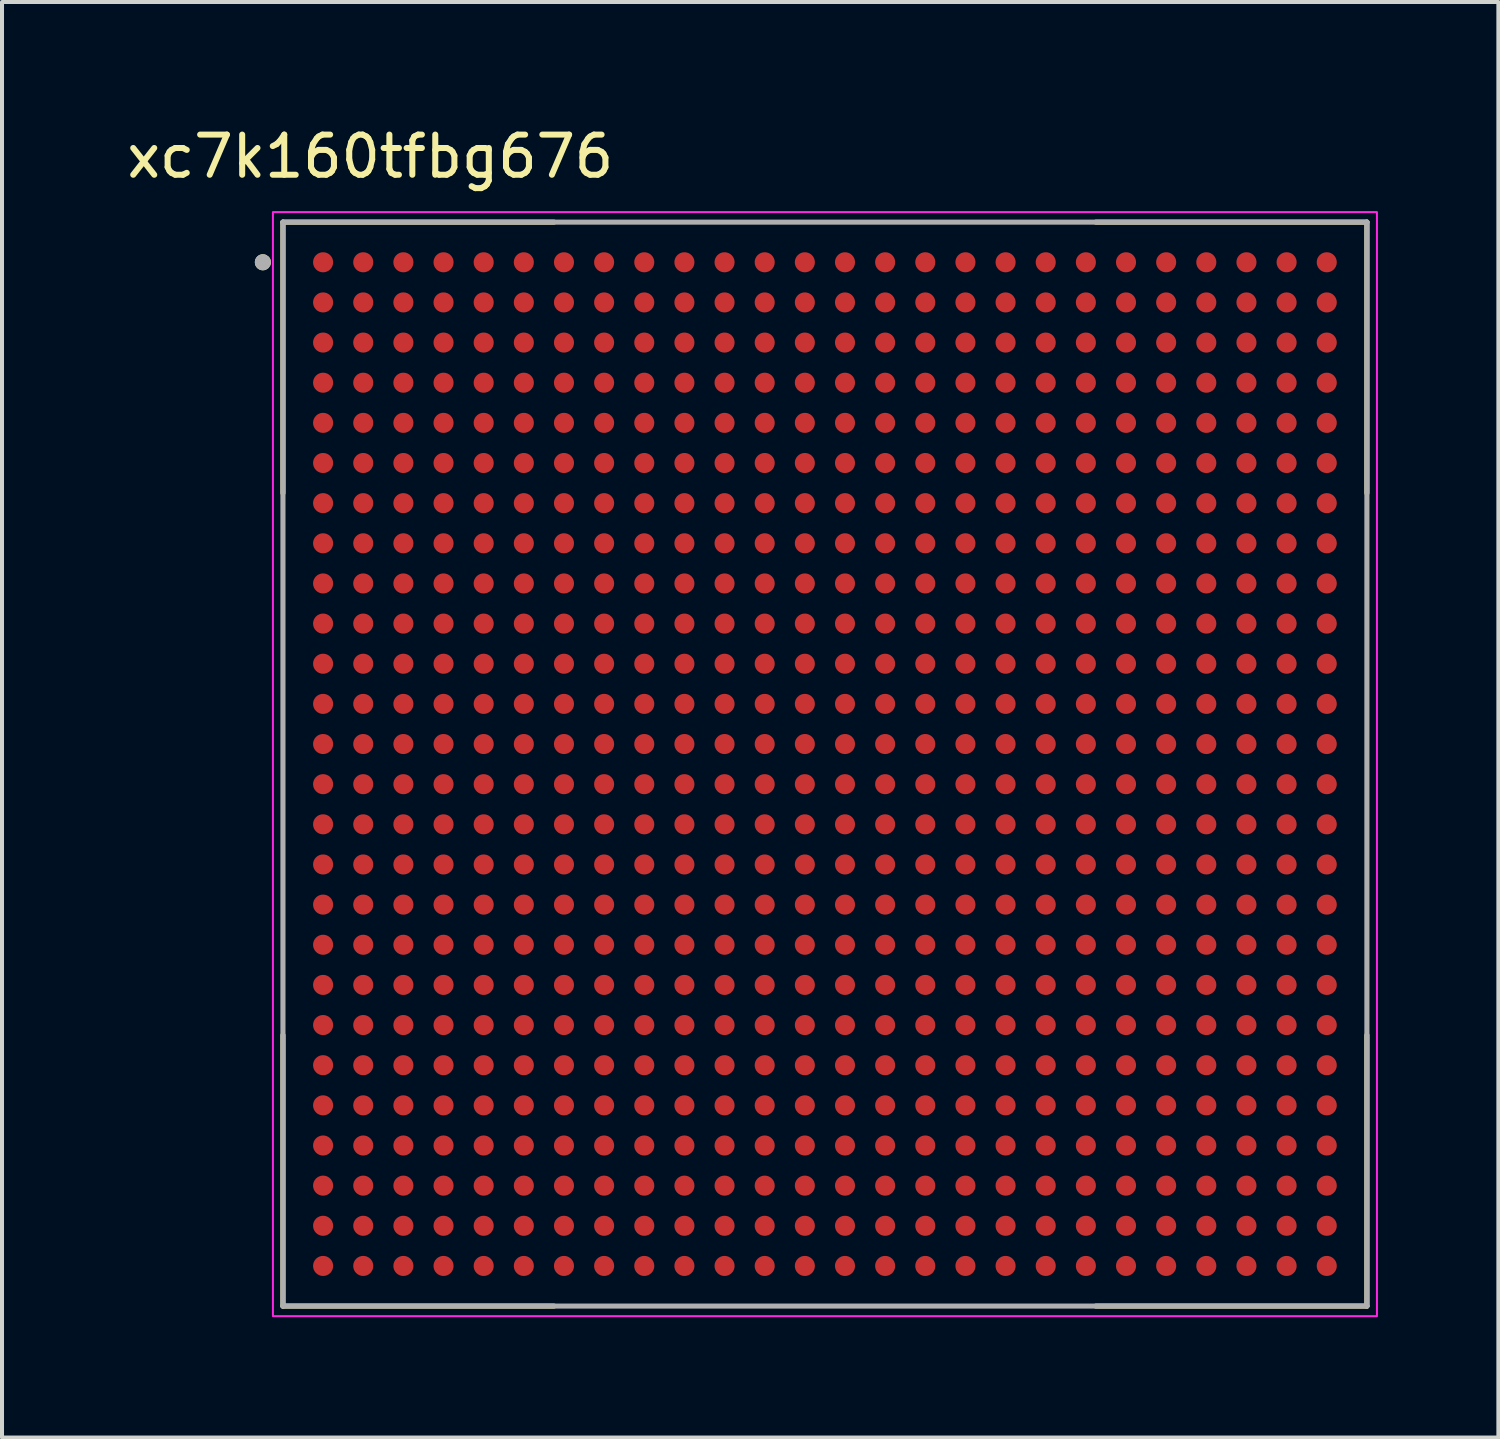
<source format=kicad_pcb>
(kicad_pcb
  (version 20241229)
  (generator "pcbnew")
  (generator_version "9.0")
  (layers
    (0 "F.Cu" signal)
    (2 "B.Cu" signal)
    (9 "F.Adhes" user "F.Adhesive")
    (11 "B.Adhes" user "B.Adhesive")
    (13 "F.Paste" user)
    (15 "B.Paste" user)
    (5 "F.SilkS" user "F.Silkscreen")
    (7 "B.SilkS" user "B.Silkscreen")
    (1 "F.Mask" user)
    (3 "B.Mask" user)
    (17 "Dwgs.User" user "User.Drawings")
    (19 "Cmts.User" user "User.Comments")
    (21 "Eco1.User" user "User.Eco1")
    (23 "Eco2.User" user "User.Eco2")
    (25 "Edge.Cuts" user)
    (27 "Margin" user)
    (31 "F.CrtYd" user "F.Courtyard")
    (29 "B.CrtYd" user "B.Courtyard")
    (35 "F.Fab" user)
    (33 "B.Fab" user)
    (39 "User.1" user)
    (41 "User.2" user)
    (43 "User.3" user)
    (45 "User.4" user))
  (footprint "xc7k160tfbg676"
    (layer "F.Cu")
    (at 17.498 15.983)
    (property "Reference" "xc7k160tfbg676" (at -11.325 -15.135 0) (layer "F.SilkS") (effects (font (size 1 1) (thickness 0.15))))
    (attr through_hole)
    (fp_line (start -13.5 -13.5) (end -13.5 -6.75) (stroke (width 0.127) (type solid)) (layer "F.SilkS"))
    (fp_line (start -13.5 -13.5) (end -6.75 -13.5) (stroke (width 0.127) (type solid)) (layer "F.SilkS"))
    (fp_line (start -13.5 13.5) (end -13.5 6.75) (stroke (width 0.127) (type solid)) (layer "F.SilkS"))
    (fp_line (start -13.5 13.5) (end -6.75 13.5) (stroke (width 0.127) (type solid)) (layer "F.SilkS"))
    (fp_line (start 13.5 -13.5) (end 6.75 -13.5) (stroke (width 0.127) (type solid)) (layer "F.SilkS"))
    (fp_line (start 13.5 -13.5) (end 13.5 -6.75) (stroke (width 0.127) (type solid)) (layer "F.SilkS"))
    (fp_line (start 13.5 13.5) (end 6.75 13.5) (stroke (width 0.127) (type solid)) (layer "F.SilkS"))
    (fp_line (start 13.5 13.5) (end 13.5 6.75) (stroke (width 0.127) (type solid)) (layer "F.SilkS"))
    (fp_circle (center -14 -12.5) (end -13.9 -12.5) (stroke (width 0.2) (type solid)) (fill no) (layer "F.SilkS"))
    (fp_rect (start -13.75 -13.75) (end 13.75 13.75) (stroke (width 0.05) (type solid)) (fill no) (layer "F.CrtYd"))
    (fp_line (start -13.5 13.5) (end -13.5 -13.5) (stroke (width 0.127) (type solid)) (layer "F.Fab"))
    (fp_line (start 13.5 -13.5) (end -13.5 -13.5) (stroke (width 0.127) (type solid)) (layer "F.Fab"))
    (fp_line (start 13.5 13.5) (end -13.5 13.5) (stroke (width 0.127) (type solid)) (layer "F.Fab"))
    (fp_line (start 13.5 13.5) (end 13.5 -13.5) (stroke (width 0.127) (type solid)) (layer "F.Fab"))
    (fp_circle (center -14 -12.5) (end -13.9 -12.5) (stroke (width 0.2) (type solid)) (fill no) (layer "F.Fab"))
    (pad "A1" smd circle (at -12.5 -12.5) (size 0.5 0.5) (layers "F.Cu" "F.Mask" "F.Paste"))
    (pad "A2" smd circle (at -11.5 -12.5) (size 0.5 0.5) (layers "F.Cu" "F.Mask" "F.Paste"))
    (pad "A3" smd circle (at -10.5 -12.5) (size 0.5 0.5) (layers "F.Cu" "F.Mask" "F.Paste"))
    (pad "A4" smd circle (at -9.5 -12.5) (size 0.5 0.5) (layers "F.Cu" "F.Mask" "F.Paste"))
    (pad "A5" smd circle (at -8.5 -12.5) (size 0.5 0.5) (layers "F.Cu" "F.Mask" "F.Paste"))
    (pad "A6" smd circle (at -7.5 -12.5) (size 0.5 0.5) (layers "F.Cu" "F.Mask" "F.Paste"))
    (pad "A7" smd circle (at -6.5 -12.5) (size 0.5 0.5) (layers "F.Cu" "F.Mask" "F.Paste"))
    (pad "A8" smd circle (at -5.5 -12.5) (size 0.5 0.5) (layers "F.Cu" "F.Mask" "F.Paste"))
    (pad "A9" smd circle (at -4.5 -12.5) (size 0.5 0.5) (layers "F.Cu" "F.Mask" "F.Paste"))
    (pad "A10" smd circle (at -3.5 -12.5) (size 0.5 0.5) (layers "F.Cu" "F.Mask" "F.Paste"))
    (pad "A11" smd circle (at -2.5 -12.5) (size 0.5 0.5) (layers "F.Cu" "F.Mask" "F.Paste"))
    (pad "A12" smd circle (at -1.5 -12.5) (size 0.5 0.5) (layers "F.Cu" "F.Mask" "F.Paste"))
    (pad "A13" smd circle (at -0.5 -12.5) (size 0.5 0.5) (layers "F.Cu" "F.Mask" "F.Paste"))
    (pad "A14" smd circle (at 0.5 -12.5) (size 0.5 0.5) (layers "F.Cu" "F.Mask" "F.Paste"))
    (pad "A15" smd circle (at 1.5 -12.5) (size 0.5 0.5) (layers "F.Cu" "F.Mask" "F.Paste"))
    (pad "A16" smd circle (at 2.5 -12.5) (size 0.5 0.5) (layers "F.Cu" "F.Mask" "F.Paste"))
    (pad "A17" smd circle (at 3.5 -12.5) (size 0.5 0.5) (layers "F.Cu" "F.Mask" "F.Paste"))
    (pad "A18" smd circle (at 4.5 -12.5) (size 0.5 0.5) (layers "F.Cu" "F.Mask" "F.Paste"))
    (pad "A19" smd circle (at 5.5 -12.5) (size 0.5 0.5) (layers "F.Cu" "F.Mask" "F.Paste"))
    (pad "A20" smd circle (at 6.5 -12.5) (size 0.5 0.5) (layers "F.Cu" "F.Mask" "F.Paste"))
    (pad "A21" smd circle (at 7.5 -12.5) (size 0.5 0.5) (layers "F.Cu" "F.Mask" "F.Paste"))
    (pad "A22" smd circle (at 8.5 -12.5) (size 0.5 0.5) (layers "F.Cu" "F.Mask" "F.Paste"))
    (pad "A23" smd circle (at 9.5 -12.5) (size 0.5 0.5) (layers "F.Cu" "F.Mask" "F.Paste"))
    (pad "A24" smd circle (at 10.5 -12.5) (size 0.5 0.5) (layers "F.Cu" "F.Mask" "F.Paste"))
    (pad "A25" smd circle (at 11.5 -12.5) (size 0.5 0.5) (layers "F.Cu" "F.Mask" "F.Paste"))
    (pad "A26" smd circle (at 12.5 -12.5) (size 0.5 0.5) (layers "F.Cu" "F.Mask" "F.Paste"))
    (pad "AA1" smd circle (at -12.5 7.5) (size 0.5 0.5) (layers "F.Cu" "F.Mask" "F.Paste"))
    (pad "AA2" smd circle (at -11.5 7.5) (size 0.5 0.5) (layers "F.Cu" "F.Mask" "F.Paste"))
    (pad "AA3" smd circle (at -10.5 7.5) (size 0.5 0.5) (layers "F.Cu" "F.Mask" "F.Paste"))
    (pad "AA4" smd circle (at -9.5 7.5) (size 0.5 0.5) (layers "F.Cu" "F.Mask" "F.Paste"))
    (pad "AA5" smd circle (at -8.5 7.5) (size 0.5 0.5) (layers "F.Cu" "F.Mask" "F.Paste"))
    (pad "AA6" smd circle (at -7.5 7.5) (size 0.5 0.5) (layers "F.Cu" "F.Mask" "F.Paste"))
    (pad "AA7" smd circle (at -6.5 7.5) (size 0.5 0.5) (layers "F.Cu" "F.Mask" "F.Paste"))
    (pad "AA8" smd circle (at -5.5 7.5) (size 0.5 0.5) (layers "F.Cu" "F.Mask" "F.Paste"))
    (pad "AA9" smd circle (at -4.5 7.5) (size 0.5 0.5) (layers "F.Cu" "F.Mask" "F.Paste"))
    (pad "AA10" smd circle (at -3.5 7.5) (size 0.5 0.5) (layers "F.Cu" "F.Mask" "F.Paste"))
    (pad "AA11" smd circle (at -2.5 7.5) (size 0.5 0.5) (layers "F.Cu" "F.Mask" "F.Paste"))
    (pad "AA12" smd circle (at -1.5 7.5) (size 0.5 0.5) (layers "F.Cu" "F.Mask" "F.Paste"))
    (pad "AA13" smd circle (at -0.5 7.5) (size 0.5 0.5) (layers "F.Cu" "F.Mask" "F.Paste"))
    (pad "AA14" smd circle (at 0.5 7.5) (size 0.5 0.5) (layers "F.Cu" "F.Mask" "F.Paste"))
    (pad "AA15" smd circle (at 1.5 7.5) (size 0.5 0.5) (layers "F.Cu" "F.Mask" "F.Paste"))
    (pad "AA16" smd circle (at 2.5 7.5) (size 0.5 0.5) (layers "F.Cu" "F.Mask" "F.Paste"))
    (pad "AA17" smd circle (at 3.5 7.5) (size 0.5 0.5) (layers "F.Cu" "F.Mask" "F.Paste"))
    (pad "AA18" smd circle (at 4.5 7.5) (size 0.5 0.5) (layers "F.Cu" "F.Mask" "F.Paste"))
    (pad "AA19" smd circle (at 5.5 7.5) (size 0.5 0.5) (layers "F.Cu" "F.Mask" "F.Paste"))
    (pad "AA20" smd circle (at 6.5 7.5) (size 0.5 0.5) (layers "F.Cu" "F.Mask" "F.Paste"))
    (pad "AA21" smd circle (at 7.5 7.5) (size 0.5 0.5) (layers "F.Cu" "F.Mask" "F.Paste"))
    (pad "AA22" smd circle (at 8.5 7.5) (size 0.5 0.5) (layers "F.Cu" "F.Mask" "F.Paste"))
    (pad "AA23" smd circle (at 9.5 7.5) (size 0.5 0.5) (layers "F.Cu" "F.Mask" "F.Paste"))
    (pad "AA24" smd circle (at 10.5 7.5) (size 0.5 0.5) (layers "F.Cu" "F.Mask" "F.Paste"))
    (pad "AA25" smd circle (at 11.5 7.5) (size 0.5 0.5) (layers "F.Cu" "F.Mask" "F.Paste"))
    (pad "AA26" smd circle (at 12.5 7.5) (size 0.5 0.5) (layers "F.Cu" "F.Mask" "F.Paste"))
    (pad "AB1" smd circle (at -12.5 8.5) (size 0.5 0.5) (layers "F.Cu" "F.Mask" "F.Paste"))
    (pad "AB2" smd circle (at -11.5 8.5) (size 0.5 0.5) (layers "F.Cu" "F.Mask" "F.Paste"))
    (pad "AB3" smd circle (at -10.5 8.5) (size 0.5 0.5) (layers "F.Cu" "F.Mask" "F.Paste"))
    (pad "AB4" smd circle (at -9.5 8.5) (size 0.5 0.5) (layers "F.Cu" "F.Mask" "F.Paste"))
    (pad "AB5" smd circle (at -8.5 8.5) (size 0.5 0.5) (layers "F.Cu" "F.Mask" "F.Paste"))
    (pad "AB6" smd circle (at -7.5 8.5) (size 0.5 0.5) (layers "F.Cu" "F.Mask" "F.Paste"))
    (pad "AB7" smd circle (at -6.5 8.5) (size 0.5 0.5) (layers "F.Cu" "F.Mask" "F.Paste"))
    (pad "AB8" smd circle (at -5.5 8.5) (size 0.5 0.5) (layers "F.Cu" "F.Mask" "F.Paste"))
    (pad "AB9" smd circle (at -4.5 8.5) (size 0.5 0.5) (layers "F.Cu" "F.Mask" "F.Paste"))
    (pad "AB10" smd circle (at -3.5 8.5) (size 0.5 0.5) (layers "F.Cu" "F.Mask" "F.Paste"))
    (pad "AB11" smd circle (at -2.5 8.5) (size 0.5 0.5) (layers "F.Cu" "F.Mask" "F.Paste"))
    (pad "AB12" smd circle (at -1.5 8.5) (size 0.5 0.5) (layers "F.Cu" "F.Mask" "F.Paste"))
    (pad "AB13" smd circle (at -0.5 8.5) (size 0.5 0.5) (layers "F.Cu" "F.Mask" "F.Paste"))
    (pad "AB14" smd circle (at 0.5 8.5) (size 0.5 0.5) (layers "F.Cu" "F.Mask" "F.Paste"))
    (pad "AB15" smd circle (at 1.5 8.5) (size 0.5 0.5) (layers "F.Cu" "F.Mask" "F.Paste"))
    (pad "AB16" smd circle (at 2.5 8.5) (size 0.5 0.5) (layers "F.Cu" "F.Mask" "F.Paste"))
    (pad "AB17" smd circle (at 3.5 8.5) (size 0.5 0.5) (layers "F.Cu" "F.Mask" "F.Paste"))
    (pad "AB18" smd circle (at 4.5 8.5) (size 0.5 0.5) (layers "F.Cu" "F.Mask" "F.Paste"))
    (pad "AB19" smd circle (at 5.5 8.5) (size 0.5 0.5) (layers "F.Cu" "F.Mask" "F.Paste"))
    (pad "AB20" smd circle (at 6.5 8.5) (size 0.5 0.5) (layers "F.Cu" "F.Mask" "F.Paste"))
    (pad "AB21" smd circle (at 7.5 8.5) (size 0.5 0.5) (layers "F.Cu" "F.Mask" "F.Paste"))
    (pad "AB22" smd circle (at 8.5 8.5) (size 0.5 0.5) (layers "F.Cu" "F.Mask" "F.Paste"))
    (pad "AB23" smd circle (at 9.5 8.5) (size 0.5 0.5) (layers "F.Cu" "F.Mask" "F.Paste"))
    (pad "AB24" smd circle (at 10.5 8.5) (size 0.5 0.5) (layers "F.Cu" "F.Mask" "F.Paste"))
    (pad "AB25" smd circle (at 11.5 8.5) (size 0.5 0.5) (layers "F.Cu" "F.Mask" "F.Paste"))
    (pad "AB26" smd circle (at 12.5 8.5) (size 0.5 0.5) (layers "F.Cu" "F.Mask" "F.Paste"))
    (pad "AC1" smd circle (at -12.5 9.5) (size 0.5 0.5) (layers "F.Cu" "F.Mask" "F.Paste"))
    (pad "AC2" smd circle (at -11.5 9.5) (size 0.5 0.5) (layers "F.Cu" "F.Mask" "F.Paste"))
    (pad "AC3" smd circle (at -10.5 9.5) (size 0.5 0.5) (layers "F.Cu" "F.Mask" "F.Paste"))
    (pad "AC4" smd circle (at -9.5 9.5) (size 0.5 0.5) (layers "F.Cu" "F.Mask" "F.Paste"))
    (pad "AC5" smd circle (at -8.5 9.5) (size 0.5 0.5) (layers "F.Cu" "F.Mask" "F.Paste"))
    (pad "AC6" smd circle (at -7.5 9.5) (size 0.5 0.5) (layers "F.Cu" "F.Mask" "F.Paste"))
    (pad "AC7" smd circle (at -6.5 9.5) (size 0.5 0.5) (layers "F.Cu" "F.Mask" "F.Paste"))
    (pad "AC8" smd circle (at -5.5 9.5) (size 0.5 0.5) (layers "F.Cu" "F.Mask" "F.Paste"))
    (pad "AC9" smd circle (at -4.5 9.5) (size 0.5 0.5) (layers "F.Cu" "F.Mask" "F.Paste"))
    (pad "AC10" smd circle (at -3.5 9.5) (size 0.5 0.5) (layers "F.Cu" "F.Mask" "F.Paste"))
    (pad "AC11" smd circle (at -2.5 9.5) (size 0.5 0.5) (layers "F.Cu" "F.Mask" "F.Paste"))
    (pad "AC12" smd circle (at -1.5 9.5) (size 0.5 0.5) (layers "F.Cu" "F.Mask" "F.Paste"))
    (pad "AC13" smd circle (at -0.5 9.5) (size 0.5 0.5) (layers "F.Cu" "F.Mask" "F.Paste"))
    (pad "AC14" smd circle (at 0.5 9.5) (size 0.5 0.5) (layers "F.Cu" "F.Mask" "F.Paste"))
    (pad "AC15" smd circle (at 1.5 9.5) (size 0.5 0.5) (layers "F.Cu" "F.Mask" "F.Paste"))
    (pad "AC16" smd circle (at 2.5 9.5) (size 0.5 0.5) (layers "F.Cu" "F.Mask" "F.Paste"))
    (pad "AC17" smd circle (at 3.5 9.5) (size 0.5 0.5) (layers "F.Cu" "F.Mask" "F.Paste"))
    (pad "AC18" smd circle (at 4.5 9.5) (size 0.5 0.5) (layers "F.Cu" "F.Mask" "F.Paste"))
    (pad "AC19" smd circle (at 5.5 9.5) (size 0.5 0.5) (layers "F.Cu" "F.Mask" "F.Paste"))
    (pad "AC20" smd circle (at 6.5 9.5) (size 0.5 0.5) (layers "F.Cu" "F.Mask" "F.Paste"))
    (pad "AC21" smd circle (at 7.5 9.5) (size 0.5 0.5) (layers "F.Cu" "F.Mask" "F.Paste"))
    (pad "AC22" smd circle (at 8.5 9.5) (size 0.5 0.5) (layers "F.Cu" "F.Mask" "F.Paste"))
    (pad "AC23" smd circle (at 9.5 9.5) (size 0.5 0.5) (layers "F.Cu" "F.Mask" "F.Paste"))
    (pad "AC24" smd circle (at 10.5 9.5) (size 0.5 0.5) (layers "F.Cu" "F.Mask" "F.Paste"))
    (pad "AC25" smd circle (at 11.5 9.5) (size 0.5 0.5) (layers "F.Cu" "F.Mask" "F.Paste"))
    (pad "AC26" smd circle (at 12.5 9.5) (size 0.5 0.5) (layers "F.Cu" "F.Mask" "F.Paste"))
    (pad "AD1" smd circle (at -12.5 10.5) (size 0.5 0.5) (layers "F.Cu" "F.Mask" "F.Paste"))
    (pad "AD2" smd circle (at -11.5 10.5) (size 0.5 0.5) (layers "F.Cu" "F.Mask" "F.Paste"))
    (pad "AD3" smd circle (at -10.5 10.5) (size 0.5 0.5) (layers "F.Cu" "F.Mask" "F.Paste"))
    (pad "AD4" smd circle (at -9.5 10.5) (size 0.5 0.5) (layers "F.Cu" "F.Mask" "F.Paste"))
    (pad "AD5" smd circle (at -8.5 10.5) (size 0.5 0.5) (layers "F.Cu" "F.Mask" "F.Paste"))
    (pad "AD6" smd circle (at -7.5 10.5) (size 0.5 0.5) (layers "F.Cu" "F.Mask" "F.Paste"))
    (pad "AD7" smd circle (at -6.5 10.5) (size 0.5 0.5) (layers "F.Cu" "F.Mask" "F.Paste"))
    (pad "AD8" smd circle (at -5.5 10.5) (size 0.5 0.5) (layers "F.Cu" "F.Mask" "F.Paste"))
    (pad "AD9" smd circle (at -4.5 10.5) (size 0.5 0.5) (layers "F.Cu" "F.Mask" "F.Paste"))
    (pad "AD10" smd circle (at -3.5 10.5) (size 0.5 0.5) (layers "F.Cu" "F.Mask" "F.Paste"))
    (pad "AD11" smd circle (at -2.5 10.5) (size 0.5 0.5) (layers "F.Cu" "F.Mask" "F.Paste"))
    (pad "AD12" smd circle (at -1.5 10.5) (size 0.5 0.5) (layers "F.Cu" "F.Mask" "F.Paste"))
    (pad "AD13" smd circle (at -0.5 10.5) (size 0.5 0.5) (layers "F.Cu" "F.Mask" "F.Paste"))
    (pad "AD14" smd circle (at 0.5 10.5) (size 0.5 0.5) (layers "F.Cu" "F.Mask" "F.Paste"))
    (pad "AD15" smd circle (at 1.5 10.5) (size 0.5 0.5) (layers "F.Cu" "F.Mask" "F.Paste"))
    (pad "AD16" smd circle (at 2.5 10.5) (size 0.5 0.5) (layers "F.Cu" "F.Mask" "F.Paste"))
    (pad "AD17" smd circle (at 3.5 10.5) (size 0.5 0.5) (layers "F.Cu" "F.Mask" "F.Paste"))
    (pad "AD18" smd circle (at 4.5 10.5) (size 0.5 0.5) (layers "F.Cu" "F.Mask" "F.Paste"))
    (pad "AD19" smd circle (at 5.5 10.5) (size 0.5 0.5) (layers "F.Cu" "F.Mask" "F.Paste"))
    (pad "AD20" smd circle (at 6.5 10.5) (size 0.5 0.5) (layers "F.Cu" "F.Mask" "F.Paste"))
    (pad "AD21" smd circle (at 7.5 10.5) (size 0.5 0.5) (layers "F.Cu" "F.Mask" "F.Paste"))
    (pad "AD22" smd circle (at 8.5 10.5) (size 0.5 0.5) (layers "F.Cu" "F.Mask" "F.Paste"))
    (pad "AD23" smd circle (at 9.5 10.5) (size 0.5 0.5) (layers "F.Cu" "F.Mask" "F.Paste"))
    (pad "AD24" smd circle (at 10.5 10.5) (size 0.5 0.5) (layers "F.Cu" "F.Mask" "F.Paste"))
    (pad "AD25" smd circle (at 11.5 10.5) (size 0.5 0.5) (layers "F.Cu" "F.Mask" "F.Paste"))
    (pad "AD26" smd circle (at 12.5 10.5) (size 0.5 0.5) (layers "F.Cu" "F.Mask" "F.Paste"))
    (pad "AE1" smd circle (at -12.5 11.5) (size 0.5 0.5) (layers "F.Cu" "F.Mask" "F.Paste"))
    (pad "AE2" smd circle (at -11.5 11.5) (size 0.5 0.5) (layers "F.Cu" "F.Mask" "F.Paste"))
    (pad "AE3" smd circle (at -10.5 11.5) (size 0.5 0.5) (layers "F.Cu" "F.Mask" "F.Paste"))
    (pad "AE4" smd circle (at -9.5 11.5) (size 0.5 0.5) (layers "F.Cu" "F.Mask" "F.Paste"))
    (pad "AE5" smd circle (at -8.5 11.5) (size 0.5 0.5) (layers "F.Cu" "F.Mask" "F.Paste"))
    (pad "AE6" smd circle (at -7.5 11.5) (size 0.5 0.5) (layers "F.Cu" "F.Mask" "F.Paste"))
    (pad "AE7" smd circle (at -6.5 11.5) (size 0.5 0.5) (layers "F.Cu" "F.Mask" "F.Paste"))
    (pad "AE8" smd circle (at -5.5 11.5) (size 0.5 0.5) (layers "F.Cu" "F.Mask" "F.Paste"))
    (pad "AE9" smd circle (at -4.5 11.5) (size 0.5 0.5) (layers "F.Cu" "F.Mask" "F.Paste"))
    (pad "AE10" smd circle (at -3.5 11.5) (size 0.5 0.5) (layers "F.Cu" "F.Mask" "F.Paste"))
    (pad "AE11" smd circle (at -2.5 11.5) (size 0.5 0.5) (layers "F.Cu" "F.Mask" "F.Paste"))
    (pad "AE12" smd circle (at -1.5 11.5) (size 0.5 0.5) (layers "F.Cu" "F.Mask" "F.Paste"))
    (pad "AE13" smd circle (at -0.5 11.5) (size 0.5 0.5) (layers "F.Cu" "F.Mask" "F.Paste"))
    (pad "AE14" smd circle (at 0.5 11.5) (size 0.5 0.5) (layers "F.Cu" "F.Mask" "F.Paste"))
    (pad "AE15" smd circle (at 1.5 11.5) (size 0.5 0.5) (layers "F.Cu" "F.Mask" "F.Paste"))
    (pad "AE16" smd circle (at 2.5 11.5) (size 0.5 0.5) (layers "F.Cu" "F.Mask" "F.Paste"))
    (pad "AE17" smd circle (at 3.5 11.5) (size 0.5 0.5) (layers "F.Cu" "F.Mask" "F.Paste"))
    (pad "AE18" smd circle (at 4.5 11.5) (size 0.5 0.5) (layers "F.Cu" "F.Mask" "F.Paste"))
    (pad "AE19" smd circle (at 5.5 11.5) (size 0.5 0.5) (layers "F.Cu" "F.Mask" "F.Paste"))
    (pad "AE20" smd circle (at 6.5 11.5) (size 0.5 0.5) (layers "F.Cu" "F.Mask" "F.Paste"))
    (pad "AE21" smd circle (at 7.5 11.5) (size 0.5 0.5) (layers "F.Cu" "F.Mask" "F.Paste"))
    (pad "AE22" smd circle (at 8.5 11.5) (size 0.5 0.5) (layers "F.Cu" "F.Mask" "F.Paste"))
    (pad "AE23" smd circle (at 9.5 11.5) (size 0.5 0.5) (layers "F.Cu" "F.Mask" "F.Paste"))
    (pad "AE24" smd circle (at 10.5 11.5) (size 0.5 0.5) (layers "F.Cu" "F.Mask" "F.Paste"))
    (pad "AE25" smd circle (at 11.5 11.5) (size 0.5 0.5) (layers "F.Cu" "F.Mask" "F.Paste"))
    (pad "AE26" smd circle (at 12.5 11.5) (size 0.5 0.5) (layers "F.Cu" "F.Mask" "F.Paste"))
    (pad "AF1" smd circle (at -12.5 12.5) (size 0.5 0.5) (layers "F.Cu" "F.Mask" "F.Paste"))
    (pad "AF2" smd circle (at -11.5 12.5) (size 0.5 0.5) (layers "F.Cu" "F.Mask" "F.Paste"))
    (pad "AF3" smd circle (at -10.5 12.5) (size 0.5 0.5) (layers "F.Cu" "F.Mask" "F.Paste"))
    (pad "AF4" smd circle (at -9.5 12.5) (size 0.5 0.5) (layers "F.Cu" "F.Mask" "F.Paste"))
    (pad "AF5" smd circle (at -8.5 12.5) (size 0.5 0.5) (layers "F.Cu" "F.Mask" "F.Paste"))
    (pad "AF6" smd circle (at -7.5 12.5) (size 0.5 0.5) (layers "F.Cu" "F.Mask" "F.Paste"))
    (pad "AF7" smd circle (at -6.5 12.5) (size 0.5 0.5) (layers "F.Cu" "F.Mask" "F.Paste"))
    (pad "AF8" smd circle (at -5.5 12.5) (size 0.5 0.5) (layers "F.Cu" "F.Mask" "F.Paste"))
    (pad "AF9" smd circle (at -4.5 12.5) (size 0.5 0.5) (layers "F.Cu" "F.Mask" "F.Paste"))
    (pad "AF10" smd circle (at -3.5 12.5) (size 0.5 0.5) (layers "F.Cu" "F.Mask" "F.Paste"))
    (pad "AF11" smd circle (at -2.5 12.5) (size 0.5 0.5) (layers "F.Cu" "F.Mask" "F.Paste"))
    (pad "AF12" smd circle (at -1.5 12.5) (size 0.5 0.5) (layers "F.Cu" "F.Mask" "F.Paste"))
    (pad "AF13" smd circle (at -0.5 12.5) (size 0.5 0.5) (layers "F.Cu" "F.Mask" "F.Paste"))
    (pad "AF14" smd circle (at 0.5 12.5) (size 0.5 0.5) (layers "F.Cu" "F.Mask" "F.Paste"))
    (pad "AF15" smd circle (at 1.5 12.5) (size 0.5 0.5) (layers "F.Cu" "F.Mask" "F.Paste"))
    (pad "AF16" smd circle (at 2.5 12.5) (size 0.5 0.5) (layers "F.Cu" "F.Mask" "F.Paste"))
    (pad "AF17" smd circle (at 3.5 12.5) (size 0.5 0.5) (layers "F.Cu" "F.Mask" "F.Paste"))
    (pad "AF18" smd circle (at 4.5 12.5) (size 0.5 0.5) (layers "F.Cu" "F.Mask" "F.Paste"))
    (pad "AF19" smd circle (at 5.5 12.5) (size 0.5 0.5) (layers "F.Cu" "F.Mask" "F.Paste"))
    (pad "AF20" smd circle (at 6.5 12.5) (size 0.5 0.5) (layers "F.Cu" "F.Mask" "F.Paste"))
    (pad "AF21" smd circle (at 7.5 12.5) (size 0.5 0.5) (layers "F.Cu" "F.Mask" "F.Paste"))
    (pad "AF22" smd circle (at 8.5 12.5) (size 0.5 0.5) (layers "F.Cu" "F.Mask" "F.Paste"))
    (pad "AF23" smd circle (at 9.5 12.5) (size 0.5 0.5) (layers "F.Cu" "F.Mask" "F.Paste"))
    (pad "AF24" smd circle (at 10.5 12.5) (size 0.5 0.5) (layers "F.Cu" "F.Mask" "F.Paste"))
    (pad "AF25" smd circle (at 11.5 12.5) (size 0.5 0.5) (layers "F.Cu" "F.Mask" "F.Paste"))
    (pad "AF26" smd circle (at 12.5 12.5) (size 0.5 0.5) (layers "F.Cu" "F.Mask" "F.Paste"))
    (pad "B1" smd circle (at -12.5 -11.5) (size 0.5 0.5) (layers "F.Cu" "F.Mask" "F.Paste"))
    (pad "B2" smd circle (at -11.5 -11.5) (size 0.5 0.5) (layers "F.Cu" "F.Mask" "F.Paste"))
    (pad "B3" smd circle (at -10.5 -11.5) (size 0.5 0.5) (layers "F.Cu" "F.Mask" "F.Paste"))
    (pad "B4" smd circle (at -9.5 -11.5) (size 0.5 0.5) (layers "F.Cu" "F.Mask" "F.Paste"))
    (pad "B5" smd circle (at -8.5 -11.5) (size 0.5 0.5) (layers "F.Cu" "F.Mask" "F.Paste"))
    (pad "B6" smd circle (at -7.5 -11.5) (size 0.5 0.5) (layers "F.Cu" "F.Mask" "F.Paste"))
    (pad "B7" smd circle (at -6.5 -11.5) (size 0.5 0.5) (layers "F.Cu" "F.Mask" "F.Paste"))
    (pad "B8" smd circle (at -5.5 -11.5) (size 0.5 0.5) (layers "F.Cu" "F.Mask" "F.Paste"))
    (pad "B9" smd circle (at -4.5 -11.5) (size 0.5 0.5) (layers "F.Cu" "F.Mask" "F.Paste"))
    (pad "B10" smd circle (at -3.5 -11.5) (size 0.5 0.5) (layers "F.Cu" "F.Mask" "F.Paste"))
    (pad "B11" smd circle (at -2.5 -11.5) (size 0.5 0.5) (layers "F.Cu" "F.Mask" "F.Paste"))
    (pad "B12" smd circle (at -1.5 -11.5) (size 0.5 0.5) (layers "F.Cu" "F.Mask" "F.Paste"))
    (pad "B13" smd circle (at -0.5 -11.5) (size 0.5 0.5) (layers "F.Cu" "F.Mask" "F.Paste"))
    (pad "B14" smd circle (at 0.5 -11.5) (size 0.5 0.5) (layers "F.Cu" "F.Mask" "F.Paste"))
    (pad "B15" smd circle (at 1.5 -11.5) (size 0.5 0.5) (layers "F.Cu" "F.Mask" "F.Paste"))
    (pad "B16" smd circle (at 2.5 -11.5) (size 0.5 0.5) (layers "F.Cu" "F.Mask" "F.Paste"))
    (pad "B17" smd circle (at 3.5 -11.5) (size 0.5 0.5) (layers "F.Cu" "F.Mask" "F.Paste"))
    (pad "B18" smd circle (at 4.5 -11.5) (size 0.5 0.5) (layers "F.Cu" "F.Mask" "F.Paste"))
    (pad "B19" smd circle (at 5.5 -11.5) (size 0.5 0.5) (layers "F.Cu" "F.Mask" "F.Paste"))
    (pad "B20" smd circle (at 6.5 -11.5) (size 0.5 0.5) (layers "F.Cu" "F.Mask" "F.Paste"))
    (pad "B21" smd circle (at 7.5 -11.5) (size 0.5 0.5) (layers "F.Cu" "F.Mask" "F.Paste"))
    (pad "B22" smd circle (at 8.5 -11.5) (size 0.5 0.5) (layers "F.Cu" "F.Mask" "F.Paste"))
    (pad "B23" smd circle (at 9.5 -11.5) (size 0.5 0.5) (layers "F.Cu" "F.Mask" "F.Paste"))
    (pad "B24" smd circle (at 10.5 -11.5) (size 0.5 0.5) (layers "F.Cu" "F.Mask" "F.Paste"))
    (pad "B25" smd circle (at 11.5 -11.5) (size 0.5 0.5) (layers "F.Cu" "F.Mask" "F.Paste"))
    (pad "B26" smd circle (at 12.5 -11.5) (size 0.5 0.5) (layers "F.Cu" "F.Mask" "F.Paste"))
    (pad "C1" smd circle (at -12.5 -10.5) (size 0.5 0.5) (layers "F.Cu" "F.Mask" "F.Paste"))
    (pad "C2" smd circle (at -11.5 -10.5) (size 0.5 0.5) (layers "F.Cu" "F.Mask" "F.Paste"))
    (pad "C3" smd circle (at -10.5 -10.5) (size 0.5 0.5) (layers "F.Cu" "F.Mask" "F.Paste"))
    (pad "C4" smd circle (at -9.5 -10.5) (size 0.5 0.5) (layers "F.Cu" "F.Mask" "F.Paste"))
    (pad "C5" smd circle (at -8.5 -10.5) (size 0.5 0.5) (layers "F.Cu" "F.Mask" "F.Paste"))
    (pad "C6" smd circle (at -7.5 -10.5) (size 0.5 0.5) (layers "F.Cu" "F.Mask" "F.Paste"))
    (pad "C7" smd circle (at -6.5 -10.5) (size 0.5 0.5) (layers "F.Cu" "F.Mask" "F.Paste"))
    (pad "C8" smd circle (at -5.5 -10.5) (size 0.5 0.5) (layers "F.Cu" "F.Mask" "F.Paste"))
    (pad "C9" smd circle (at -4.5 -10.5) (size 0.5 0.5) (layers "F.Cu" "F.Mask" "F.Paste"))
    (pad "C10" smd circle (at -3.5 -10.5) (size 0.5 0.5) (layers "F.Cu" "F.Mask" "F.Paste"))
    (pad "C11" smd circle (at -2.5 -10.5) (size 0.5 0.5) (layers "F.Cu" "F.Mask" "F.Paste"))
    (pad "C12" smd circle (at -1.5 -10.5) (size 0.5 0.5) (layers "F.Cu" "F.Mask" "F.Paste"))
    (pad "C13" smd circle (at -0.5 -10.5) (size 0.5 0.5) (layers "F.Cu" "F.Mask" "F.Paste"))
    (pad "C14" smd circle (at 0.5 -10.5) (size 0.5 0.5) (layers "F.Cu" "F.Mask" "F.Paste"))
    (pad "C15" smd circle (at 1.5 -10.5) (size 0.5 0.5) (layers "F.Cu" "F.Mask" "F.Paste"))
    (pad "C16" smd circle (at 2.5 -10.5) (size 0.5 0.5) (layers "F.Cu" "F.Mask" "F.Paste"))
    (pad "C17" smd circle (at 3.5 -10.5) (size 0.5 0.5) (layers "F.Cu" "F.Mask" "F.Paste"))
    (pad "C18" smd circle (at 4.5 -10.5) (size 0.5 0.5) (layers "F.Cu" "F.Mask" "F.Paste"))
    (pad "C19" smd circle (at 5.5 -10.5) (size 0.5 0.5) (layers "F.Cu" "F.Mask" "F.Paste"))
    (pad "C20" smd circle (at 6.5 -10.5) (size 0.5 0.5) (layers "F.Cu" "F.Mask" "F.Paste"))
    (pad "C21" smd circle (at 7.5 -10.5) (size 0.5 0.5) (layers "F.Cu" "F.Mask" "F.Paste"))
    (pad "C22" smd circle (at 8.5 -10.5) (size 0.5 0.5) (layers "F.Cu" "F.Mask" "F.Paste"))
    (pad "C23" smd circle (at 9.5 -10.5) (size 0.5 0.5) (layers "F.Cu" "F.Mask" "F.Paste"))
    (pad "C24" smd circle (at 10.5 -10.5) (size 0.5 0.5) (layers "F.Cu" "F.Mask" "F.Paste"))
    (pad "C25" smd circle (at 11.5 -10.5) (size 0.5 0.5) (layers "F.Cu" "F.Mask" "F.Paste"))
    (pad "C26" smd circle (at 12.5 -10.5) (size 0.5 0.5) (layers "F.Cu" "F.Mask" "F.Paste"))
    (pad "D1" smd circle (at -12.5 -9.5) (size 0.5 0.5) (layers "F.Cu" "F.Mask" "F.Paste"))
    (pad "D2" smd circle (at -11.5 -9.5) (size 0.5 0.5) (layers "F.Cu" "F.Mask" "F.Paste"))
    (pad "D3" smd circle (at -10.5 -9.5) (size 0.5 0.5) (layers "F.Cu" "F.Mask" "F.Paste"))
    (pad "D4" smd circle (at -9.5 -9.5) (size 0.5 0.5) (layers "F.Cu" "F.Mask" "F.Paste"))
    (pad "D5" smd circle (at -8.5 -9.5) (size 0.5 0.5) (layers "F.Cu" "F.Mask" "F.Paste"))
    (pad "D6" smd circle (at -7.5 -9.5) (size 0.5 0.5) (layers "F.Cu" "F.Mask" "F.Paste"))
    (pad "D7" smd circle (at -6.5 -9.5) (size 0.5 0.5) (layers "F.Cu" "F.Mask" "F.Paste"))
    (pad "D8" smd circle (at -5.5 -9.5) (size 0.5 0.5) (layers "F.Cu" "F.Mask" "F.Paste"))
    (pad "D9" smd circle (at -4.5 -9.5) (size 0.5 0.5) (layers "F.Cu" "F.Mask" "F.Paste"))
    (pad "D10" smd circle (at -3.5 -9.5) (size 0.5 0.5) (layers "F.Cu" "F.Mask" "F.Paste"))
    (pad "D11" smd circle (at -2.5 -9.5) (size 0.5 0.5) (layers "F.Cu" "F.Mask" "F.Paste"))
    (pad "D12" smd circle (at -1.5 -9.5) (size 0.5 0.5) (layers "F.Cu" "F.Mask" "F.Paste"))
    (pad "D13" smd circle (at -0.5 -9.5) (size 0.5 0.5) (layers "F.Cu" "F.Mask" "F.Paste"))
    (pad "D14" smd circle (at 0.5 -9.5) (size 0.5 0.5) (layers "F.Cu" "F.Mask" "F.Paste"))
    (pad "D15" smd circle (at 1.5 -9.5) (size 0.5 0.5) (layers "F.Cu" "F.Mask" "F.Paste"))
    (pad "D16" smd circle (at 2.5 -9.5) (size 0.5 0.5) (layers "F.Cu" "F.Mask" "F.Paste"))
    (pad "D17" smd circle (at 3.5 -9.5) (size 0.5 0.5) (layers "F.Cu" "F.Mask" "F.Paste"))
    (pad "D18" smd circle (at 4.5 -9.5) (size 0.5 0.5) (layers "F.Cu" "F.Mask" "F.Paste"))
    (pad "D19" smd circle (at 5.5 -9.5) (size 0.5 0.5) (layers "F.Cu" "F.Mask" "F.Paste"))
    (pad "D20" smd circle (at 6.5 -9.5) (size 0.5 0.5) (layers "F.Cu" "F.Mask" "F.Paste"))
    (pad "D21" smd circle (at 7.5 -9.5) (size 0.5 0.5) (layers "F.Cu" "F.Mask" "F.Paste"))
    (pad "D22" smd circle (at 8.5 -9.5) (size 0.5 0.5) (layers "F.Cu" "F.Mask" "F.Paste"))
    (pad "D23" smd circle (at 9.5 -9.5) (size 0.5 0.5) (layers "F.Cu" "F.Mask" "F.Paste"))
    (pad "D24" smd circle (at 10.5 -9.5) (size 0.5 0.5) (layers "F.Cu" "F.Mask" "F.Paste"))
    (pad "D25" smd circle (at 11.5 -9.5) (size 0.5 0.5) (layers "F.Cu" "F.Mask" "F.Paste"))
    (pad "D26" smd circle (at 12.5 -9.5) (size 0.5 0.5) (layers "F.Cu" "F.Mask" "F.Paste"))
    (pad "E1" smd circle (at -12.5 -8.5) (size 0.5 0.5) (layers "F.Cu" "F.Mask" "F.Paste"))
    (pad "E2" smd circle (at -11.5 -8.5) (size 0.5 0.5) (layers "F.Cu" "F.Mask" "F.Paste"))
    (pad "E3" smd circle (at -10.5 -8.5) (size 0.5 0.5) (layers "F.Cu" "F.Mask" "F.Paste"))
    (pad "E4" smd circle (at -9.5 -8.5) (size 0.5 0.5) (layers "F.Cu" "F.Mask" "F.Paste"))
    (pad "E5" smd circle (at -8.5 -8.5) (size 0.5 0.5) (layers "F.Cu" "F.Mask" "F.Paste"))
    (pad "E6" smd circle (at -7.5 -8.5) (size 0.5 0.5) (layers "F.Cu" "F.Mask" "F.Paste"))
    (pad "E7" smd circle (at -6.5 -8.5) (size 0.5 0.5) (layers "F.Cu" "F.Mask" "F.Paste"))
    (pad "E8" smd circle (at -5.5 -8.5) (size 0.5 0.5) (layers "F.Cu" "F.Mask" "F.Paste"))
    (pad "E9" smd circle (at -4.5 -8.5) (size 0.5 0.5) (layers "F.Cu" "F.Mask" "F.Paste"))
    (pad "E10" smd circle (at -3.5 -8.5) (size 0.5 0.5) (layers "F.Cu" "F.Mask" "F.Paste"))
    (pad "E11" smd circle (at -2.5 -8.5) (size 0.5 0.5) (layers "F.Cu" "F.Mask" "F.Paste"))
    (pad "E12" smd circle (at -1.5 -8.5) (size 0.5 0.5) (layers "F.Cu" "F.Mask" "F.Paste"))
    (pad "E13" smd circle (at -0.5 -8.5) (size 0.5 0.5) (layers "F.Cu" "F.Mask" "F.Paste"))
    (pad "E14" smd circle (at 0.5 -8.5) (size 0.5 0.5) (layers "F.Cu" "F.Mask" "F.Paste"))
    (pad "E15" smd circle (at 1.5 -8.5) (size 0.5 0.5) (layers "F.Cu" "F.Mask" "F.Paste"))
    (pad "E16" smd circle (at 2.5 -8.5) (size 0.5 0.5) (layers "F.Cu" "F.Mask" "F.Paste"))
    (pad "E17" smd circle (at 3.5 -8.5) (size 0.5 0.5) (layers "F.Cu" "F.Mask" "F.Paste"))
    (pad "E18" smd circle (at 4.5 -8.5) (size 0.5 0.5) (layers "F.Cu" "F.Mask" "F.Paste"))
    (pad "E19" smd circle (at 5.5 -8.5) (size 0.5 0.5) (layers "F.Cu" "F.Mask" "F.Paste"))
    (pad "E20" smd circle (at 6.5 -8.5) (size 0.5 0.5) (layers "F.Cu" "F.Mask" "F.Paste"))
    (pad "E21" smd circle (at 7.5 -8.5) (size 0.5 0.5) (layers "F.Cu" "F.Mask" "F.Paste"))
    (pad "E22" smd circle (at 8.5 -8.5) (size 0.5 0.5) (layers "F.Cu" "F.Mask" "F.Paste"))
    (pad "E23" smd circle (at 9.5 -8.5) (size 0.5 0.5) (layers "F.Cu" "F.Mask" "F.Paste"))
    (pad "E24" smd circle (at 10.5 -8.5) (size 0.5 0.5) (layers "F.Cu" "F.Mask" "F.Paste"))
    (pad "E25" smd circle (at 11.5 -8.5) (size 0.5 0.5) (layers "F.Cu" "F.Mask" "F.Paste"))
    (pad "E26" smd circle (at 12.5 -8.5) (size 0.5 0.5) (layers "F.Cu" "F.Mask" "F.Paste"))
    (pad "F1" smd circle (at -12.5 -7.5) (size 0.5 0.5) (layers "F.Cu" "F.Mask" "F.Paste"))
    (pad "F2" smd circle (at -11.5 -7.5) (size 0.5 0.5) (layers "F.Cu" "F.Mask" "F.Paste"))
    (pad "F3" smd circle (at -10.5 -7.5) (size 0.5 0.5) (layers "F.Cu" "F.Mask" "F.Paste"))
    (pad "F4" smd circle (at -9.5 -7.5) (size 0.5 0.5) (layers "F.Cu" "F.Mask" "F.Paste"))
    (pad "F5" smd circle (at -8.5 -7.5) (size 0.5 0.5) (layers "F.Cu" "F.Mask" "F.Paste"))
    (pad "F6" smd circle (at -7.5 -7.5) (size 0.5 0.5) (layers "F.Cu" "F.Mask" "F.Paste"))
    (pad "F7" smd circle (at -6.5 -7.5) (size 0.5 0.5) (layers "F.Cu" "F.Mask" "F.Paste"))
    (pad "F8" smd circle (at -5.5 -7.5) (size 0.5 0.5) (layers "F.Cu" "F.Mask" "F.Paste"))
    (pad "F9" smd circle (at -4.5 -7.5) (size 0.5 0.5) (layers "F.Cu" "F.Mask" "F.Paste"))
    (pad "F10" smd circle (at -3.5 -7.5) (size 0.5 0.5) (layers "F.Cu" "F.Mask" "F.Paste"))
    (pad "F11" smd circle (at -2.5 -7.5) (size 0.5 0.5) (layers "F.Cu" "F.Mask" "F.Paste"))
    (pad "F12" smd circle (at -1.5 -7.5) (size 0.5 0.5) (layers "F.Cu" "F.Mask" "F.Paste"))
    (pad "F13" smd circle (at -0.5 -7.5) (size 0.5 0.5) (layers "F.Cu" "F.Mask" "F.Paste"))
    (pad "F14" smd circle (at 0.5 -7.5) (size 0.5 0.5) (layers "F.Cu" "F.Mask" "F.Paste"))
    (pad "F15" smd circle (at 1.5 -7.5) (size 0.5 0.5) (layers "F.Cu" "F.Mask" "F.Paste"))
    (pad "F16" smd circle (at 2.5 -7.5) (size 0.5 0.5) (layers "F.Cu" "F.Mask" "F.Paste"))
    (pad "F17" smd circle (at 3.5 -7.5) (size 0.5 0.5) (layers "F.Cu" "F.Mask" "F.Paste"))
    (pad "F18" smd circle (at 4.5 -7.5) (size 0.5 0.5) (layers "F.Cu" "F.Mask" "F.Paste"))
    (pad "F19" smd circle (at 5.5 -7.5) (size 0.5 0.5) (layers "F.Cu" "F.Mask" "F.Paste"))
    (pad "F20" smd circle (at 6.5 -7.5) (size 0.5 0.5) (layers "F.Cu" "F.Mask" "F.Paste"))
    (pad "F21" smd circle (at 7.5 -7.5) (size 0.5 0.5) (layers "F.Cu" "F.Mask" "F.Paste"))
    (pad "F22" smd circle (at 8.5 -7.5) (size 0.5 0.5) (layers "F.Cu" "F.Mask" "F.Paste"))
    (pad "F23" smd circle (at 9.5 -7.5) (size 0.5 0.5) (layers "F.Cu" "F.Mask" "F.Paste"))
    (pad "F24" smd circle (at 10.5 -7.5) (size 0.5 0.5) (layers "F.Cu" "F.Mask" "F.Paste"))
    (pad "F25" smd circle (at 11.5 -7.5) (size 0.5 0.5) (layers "F.Cu" "F.Mask" "F.Paste"))
    (pad "F26" smd circle (at 12.5 -7.5) (size 0.5 0.5) (layers "F.Cu" "F.Mask" "F.Paste"))
    (pad "G1" smd circle (at -12.5 -6.5) (size 0.5 0.5) (layers "F.Cu" "F.Mask" "F.Paste"))
    (pad "G2" smd circle (at -11.5 -6.5) (size 0.5 0.5) (layers "F.Cu" "F.Mask" "F.Paste"))
    (pad "G3" smd circle (at -10.5 -6.5) (size 0.5 0.5) (layers "F.Cu" "F.Mask" "F.Paste"))
    (pad "G4" smd circle (at -9.5 -6.5) (size 0.5 0.5) (layers "F.Cu" "F.Mask" "F.Paste"))
    (pad "G5" smd circle (at -8.5 -6.5) (size 0.5 0.5) (layers "F.Cu" "F.Mask" "F.Paste"))
    (pad "G6" smd circle (at -7.5 -6.5) (size 0.5 0.5) (layers "F.Cu" "F.Mask" "F.Paste"))
    (pad "G7" smd circle (at -6.5 -6.5) (size 0.5 0.5) (layers "F.Cu" "F.Mask" "F.Paste"))
    (pad "G8" smd circle (at -5.5 -6.5) (size 0.5 0.5) (layers "F.Cu" "F.Mask" "F.Paste"))
    (pad "G9" smd circle (at -4.5 -6.5) (size 0.5 0.5) (layers "F.Cu" "F.Mask" "F.Paste"))
    (pad "G10" smd circle (at -3.5 -6.5) (size 0.5 0.5) (layers "F.Cu" "F.Mask" "F.Paste"))
    (pad "G11" smd circle (at -2.5 -6.5) (size 0.5 0.5) (layers "F.Cu" "F.Mask" "F.Paste"))
    (pad "G12" smd circle (at -1.5 -6.5) (size 0.5 0.5) (layers "F.Cu" "F.Mask" "F.Paste"))
    (pad "G13" smd circle (at -0.5 -6.5) (size 0.5 0.5) (layers "F.Cu" "F.Mask" "F.Paste"))
    (pad "G14" smd circle (at 0.5 -6.5) (size 0.5 0.5) (layers "F.Cu" "F.Mask" "F.Paste"))
    (pad "G15" smd circle (at 1.5 -6.5) (size 0.5 0.5) (layers "F.Cu" "F.Mask" "F.Paste"))
    (pad "G16" smd circle (at 2.5 -6.5) (size 0.5 0.5) (layers "F.Cu" "F.Mask" "F.Paste"))
    (pad "G17" smd circle (at 3.5 -6.5) (size 0.5 0.5) (layers "F.Cu" "F.Mask" "F.Paste"))
    (pad "G18" smd circle (at 4.5 -6.5) (size 0.5 0.5) (layers "F.Cu" "F.Mask" "F.Paste"))
    (pad "G19" smd circle (at 5.5 -6.5) (size 0.5 0.5) (layers "F.Cu" "F.Mask" "F.Paste"))
    (pad "G20" smd circle (at 6.5 -6.5) (size 0.5 0.5) (layers "F.Cu" "F.Mask" "F.Paste"))
    (pad "G21" smd circle (at 7.5 -6.5) (size 0.5 0.5) (layers "F.Cu" "F.Mask" "F.Paste"))
    (pad "G22" smd circle (at 8.5 -6.5) (size 0.5 0.5) (layers "F.Cu" "F.Mask" "F.Paste"))
    (pad "G23" smd circle (at 9.5 -6.5) (size 0.5 0.5) (layers "F.Cu" "F.Mask" "F.Paste"))
    (pad "G24" smd circle (at 10.5 -6.5) (size 0.5 0.5) (layers "F.Cu" "F.Mask" "F.Paste"))
    (pad "G25" smd circle (at 11.5 -6.5) (size 0.5 0.5) (layers "F.Cu" "F.Mask" "F.Paste"))
    (pad "G26" smd circle (at 12.5 -6.5) (size 0.5 0.5) (layers "F.Cu" "F.Mask" "F.Paste"))
    (pad "H1" smd circle (at -12.5 -5.5) (size 0.5 0.5) (layers "F.Cu" "F.Mask" "F.Paste"))
    (pad "H2" smd circle (at -11.5 -5.5) (size 0.5 0.5) (layers "F.Cu" "F.Mask" "F.Paste"))
    (pad "H3" smd circle (at -10.5 -5.5) (size 0.5 0.5) (layers "F.Cu" "F.Mask" "F.Paste"))
    (pad "H4" smd circle (at -9.5 -5.5) (size 0.5 0.5) (layers "F.Cu" "F.Mask" "F.Paste"))
    (pad "H5" smd circle (at -8.5 -5.5) (size 0.5 0.5) (layers "F.Cu" "F.Mask" "F.Paste"))
    (pad "H6" smd circle (at -7.5 -5.5) (size 0.5 0.5) (layers "F.Cu" "F.Mask" "F.Paste"))
    (pad "H7" smd circle (at -6.5 -5.5) (size 0.5 0.5) (layers "F.Cu" "F.Mask" "F.Paste"))
    (pad "H8" smd circle (at -5.5 -5.5) (size 0.5 0.5) (layers "F.Cu" "F.Mask" "F.Paste"))
    (pad "H9" smd circle (at -4.5 -5.5) (size 0.5 0.5) (layers "F.Cu" "F.Mask" "F.Paste"))
    (pad "H10" smd circle (at -3.5 -5.5) (size 0.5 0.5) (layers "F.Cu" "F.Mask" "F.Paste"))
    (pad "H11" smd circle (at -2.5 -5.5) (size 0.5 0.5) (layers "F.Cu" "F.Mask" "F.Paste"))
    (pad "H12" smd circle (at -1.5 -5.5) (size 0.5 0.5) (layers "F.Cu" "F.Mask" "F.Paste"))
    (pad "H13" smd circle (at -0.5 -5.5) (size 0.5 0.5) (layers "F.Cu" "F.Mask" "F.Paste"))
    (pad "H14" smd circle (at 0.5 -5.5) (size 0.5 0.5) (layers "F.Cu" "F.Mask" "F.Paste"))
    (pad "H15" smd circle (at 1.5 -5.5) (size 0.5 0.5) (layers "F.Cu" "F.Mask" "F.Paste"))
    (pad "H16" smd circle (at 2.5 -5.5) (size 0.5 0.5) (layers "F.Cu" "F.Mask" "F.Paste"))
    (pad "H17" smd circle (at 3.5 -5.5) (size 0.5 0.5) (layers "F.Cu" "F.Mask" "F.Paste"))
    (pad "H18" smd circle (at 4.5 -5.5) (size 0.5 0.5) (layers "F.Cu" "F.Mask" "F.Paste"))
    (pad "H19" smd circle (at 5.5 -5.5) (size 0.5 0.5) (layers "F.Cu" "F.Mask" "F.Paste"))
    (pad "H20" smd circle (at 6.5 -5.5) (size 0.5 0.5) (layers "F.Cu" "F.Mask" "F.Paste"))
    (pad "H21" smd circle (at 7.5 -5.5) (size 0.5 0.5) (layers "F.Cu" "F.Mask" "F.Paste"))
    (pad "H22" smd circle (at 8.5 -5.5) (size 0.5 0.5) (layers "F.Cu" "F.Mask" "F.Paste"))
    (pad "H23" smd circle (at 9.5 -5.5) (size 0.5 0.5) (layers "F.Cu" "F.Mask" "F.Paste"))
    (pad "H24" smd circle (at 10.5 -5.5) (size 0.5 0.5) (layers "F.Cu" "F.Mask" "F.Paste"))
    (pad "H25" smd circle (at 11.5 -5.5) (size 0.5 0.5) (layers "F.Cu" "F.Mask" "F.Paste"))
    (pad "H26" smd circle (at 12.5 -5.5) (size 0.5 0.5) (layers "F.Cu" "F.Mask" "F.Paste"))
    (pad "J1" smd circle (at -12.5 -4.5) (size 0.5 0.5) (layers "F.Cu" "F.Mask" "F.Paste"))
    (pad "J2" smd circle (at -11.5 -4.5) (size 0.5 0.5) (layers "F.Cu" "F.Mask" "F.Paste"))
    (pad "J3" smd circle (at -10.5 -4.5) (size 0.5 0.5) (layers "F.Cu" "F.Mask" "F.Paste"))
    (pad "J4" smd circle (at -9.5 -4.5) (size 0.5 0.5) (layers "F.Cu" "F.Mask" "F.Paste"))
    (pad "J5" smd circle (at -8.5 -4.5) (size 0.5 0.5) (layers "F.Cu" "F.Mask" "F.Paste"))
    (pad "J6" smd circle (at -7.5 -4.5) (size 0.5 0.5) (layers "F.Cu" "F.Mask" "F.Paste"))
    (pad "J7" smd circle (at -6.5 -4.5) (size 0.5 0.5) (layers "F.Cu" "F.Mask" "F.Paste"))
    (pad "J8" smd circle (at -5.5 -4.5) (size 0.5 0.5) (layers "F.Cu" "F.Mask" "F.Paste"))
    (pad "J9" smd circle (at -4.5 -4.5) (size 0.5 0.5) (layers "F.Cu" "F.Mask" "F.Paste"))
    (pad "J10" smd circle (at -3.5 -4.5) (size 0.5 0.5) (layers "F.Cu" "F.Mask" "F.Paste"))
    (pad "J11" smd circle (at -2.5 -4.5) (size 0.5 0.5) (layers "F.Cu" "F.Mask" "F.Paste"))
    (pad "J12" smd circle (at -1.5 -4.5) (size 0.5 0.5) (layers "F.Cu" "F.Mask" "F.Paste"))
    (pad "J13" smd circle (at -0.5 -4.5) (size 0.5 0.5) (layers "F.Cu" "F.Mask" "F.Paste"))
    (pad "J14" smd circle (at 0.5 -4.5) (size 0.5 0.5) (layers "F.Cu" "F.Mask" "F.Paste"))
    (pad "J15" smd circle (at 1.5 -4.5) (size 0.5 0.5) (layers "F.Cu" "F.Mask" "F.Paste"))
    (pad "J16" smd circle (at 2.5 -4.5) (size 0.5 0.5) (layers "F.Cu" "F.Mask" "F.Paste"))
    (pad "J17" smd circle (at 3.5 -4.5) (size 0.5 0.5) (layers "F.Cu" "F.Mask" "F.Paste"))
    (pad "J18" smd circle (at 4.5 -4.5) (size 0.5 0.5) (layers "F.Cu" "F.Mask" "F.Paste"))
    (pad "J19" smd circle (at 5.5 -4.5) (size 0.5 0.5) (layers "F.Cu" "F.Mask" "F.Paste"))
    (pad "J20" smd circle (at 6.5 -4.5) (size 0.5 0.5) (layers "F.Cu" "F.Mask" "F.Paste"))
    (pad "J21" smd circle (at 7.5 -4.5) (size 0.5 0.5) (layers "F.Cu" "F.Mask" "F.Paste"))
    (pad "J22" smd circle (at 8.5 -4.5) (size 0.5 0.5) (layers "F.Cu" "F.Mask" "F.Paste"))
    (pad "J23" smd circle (at 9.5 -4.5) (size 0.5 0.5) (layers "F.Cu" "F.Mask" "F.Paste"))
    (pad "J24" smd circle (at 10.5 -4.5) (size 0.5 0.5) (layers "F.Cu" "F.Mask" "F.Paste"))
    (pad "J25" smd circle (at 11.5 -4.5) (size 0.5 0.5) (layers "F.Cu" "F.Mask" "F.Paste"))
    (pad "J26" smd circle (at 12.5 -4.5) (size 0.5 0.5) (layers "F.Cu" "F.Mask" "F.Paste"))
    (pad "K1" smd circle (at -12.5 -3.5) (size 0.5 0.5) (layers "F.Cu" "F.Mask" "F.Paste"))
    (pad "K2" smd circle (at -11.5 -3.5) (size 0.5 0.5) (layers "F.Cu" "F.Mask" "F.Paste"))
    (pad "K3" smd circle (at -10.5 -3.5) (size 0.5 0.5) (layers "F.Cu" "F.Mask" "F.Paste"))
    (pad "K4" smd circle (at -9.5 -3.5) (size 0.5 0.5) (layers "F.Cu" "F.Mask" "F.Paste"))
    (pad "K5" smd circle (at -8.5 -3.5) (size 0.5 0.5) (layers "F.Cu" "F.Mask" "F.Paste"))
    (pad "K6" smd circle (at -7.5 -3.5) (size 0.5 0.5) (layers "F.Cu" "F.Mask" "F.Paste"))
    (pad "K7" smd circle (at -6.5 -3.5) (size 0.5 0.5) (layers "F.Cu" "F.Mask" "F.Paste"))
    (pad "K8" smd circle (at -5.5 -3.5) (size 0.5 0.5) (layers "F.Cu" "F.Mask" "F.Paste"))
    (pad "K9" smd circle (at -4.5 -3.5) (size 0.5 0.5) (layers "F.Cu" "F.Mask" "F.Paste"))
    (pad "K10" smd circle (at -3.5 -3.5) (size 0.5 0.5) (layers "F.Cu" "F.Mask" "F.Paste"))
    (pad "K11" smd circle (at -2.5 -3.5) (size 0.5 0.5) (layers "F.Cu" "F.Mask" "F.Paste"))
    (pad "K12" smd circle (at -1.5 -3.5) (size 0.5 0.5) (layers "F.Cu" "F.Mask" "F.Paste"))
    (pad "K13" smd circle (at -0.5 -3.5) (size 0.5 0.5) (layers "F.Cu" "F.Mask" "F.Paste"))
    (pad "K14" smd circle (at 0.5 -3.5) (size 0.5 0.5) (layers "F.Cu" "F.Mask" "F.Paste"))
    (pad "K15" smd circle (at 1.5 -3.5) (size 0.5 0.5) (layers "F.Cu" "F.Mask" "F.Paste"))
    (pad "K16" smd circle (at 2.5 -3.5) (size 0.5 0.5) (layers "F.Cu" "F.Mask" "F.Paste"))
    (pad "K17" smd circle (at 3.5 -3.5) (size 0.5 0.5) (layers "F.Cu" "F.Mask" "F.Paste"))
    (pad "K18" smd circle (at 4.5 -3.5) (size 0.5 0.5) (layers "F.Cu" "F.Mask" "F.Paste"))
    (pad "K19" smd circle (at 5.5 -3.5) (size 0.5 0.5) (layers "F.Cu" "F.Mask" "F.Paste"))
    (pad "K20" smd circle (at 6.5 -3.5) (size 0.5 0.5) (layers "F.Cu" "F.Mask" "F.Paste"))
    (pad "K21" smd circle (at 7.5 -3.5) (size 0.5 0.5) (layers "F.Cu" "F.Mask" "F.Paste"))
    (pad "K22" smd circle (at 8.5 -3.5) (size 0.5 0.5) (layers "F.Cu" "F.Mask" "F.Paste"))
    (pad "K23" smd circle (at 9.5 -3.5) (size 0.5 0.5) (layers "F.Cu" "F.Mask" "F.Paste"))
    (pad "K24" smd circle (at 10.5 -3.5) (size 0.5 0.5) (layers "F.Cu" "F.Mask" "F.Paste"))
    (pad "K25" smd circle (at 11.5 -3.5) (size 0.5 0.5) (layers "F.Cu" "F.Mask" "F.Paste"))
    (pad "K26" smd circle (at 12.5 -3.5) (size 0.5 0.5) (layers "F.Cu" "F.Mask" "F.Paste"))
    (pad "L1" smd circle (at -12.5 -2.5) (size 0.5 0.5) (layers "F.Cu" "F.Mask" "F.Paste"))
    (pad "L2" smd circle (at -11.5 -2.5) (size 0.5 0.5) (layers "F.Cu" "F.Mask" "F.Paste"))
    (pad "L3" smd circle (at -10.5 -2.5) (size 0.5 0.5) (layers "F.Cu" "F.Mask" "F.Paste"))
    (pad "L4" smd circle (at -9.5 -2.5) (size 0.5 0.5) (layers "F.Cu" "F.Mask" "F.Paste"))
    (pad "L5" smd circle (at -8.5 -2.5) (size 0.5 0.5) (layers "F.Cu" "F.Mask" "F.Paste"))
    (pad "L6" smd circle (at -7.5 -2.5) (size 0.5 0.5) (layers "F.Cu" "F.Mask" "F.Paste"))
    (pad "L7" smd circle (at -6.5 -2.5) (size 0.5 0.5) (layers "F.Cu" "F.Mask" "F.Paste"))
    (pad "L8" smd circle (at -5.5 -2.5) (size 0.5 0.5) (layers "F.Cu" "F.Mask" "F.Paste"))
    (pad "L9" smd circle (at -4.5 -2.5) (size 0.5 0.5) (layers "F.Cu" "F.Mask" "F.Paste"))
    (pad "L10" smd circle (at -3.5 -2.5) (size 0.5 0.5) (layers "F.Cu" "F.Mask" "F.Paste"))
    (pad "L11" smd circle (at -2.5 -2.5) (size 0.5 0.5) (layers "F.Cu" "F.Mask" "F.Paste"))
    (pad "L12" smd circle (at -1.5 -2.5) (size 0.5 0.5) (layers "F.Cu" "F.Mask" "F.Paste"))
    (pad "L13" smd circle (at -0.5 -2.5) (size 0.5 0.5) (layers "F.Cu" "F.Mask" "F.Paste"))
    (pad "L14" smd circle (at 0.5 -2.5) (size 0.5 0.5) (layers "F.Cu" "F.Mask" "F.Paste"))
    (pad "L15" smd circle (at 1.5 -2.5) (size 0.5 0.5) (layers "F.Cu" "F.Mask" "F.Paste"))
    (pad "L16" smd circle (at 2.5 -2.5) (size 0.5 0.5) (layers "F.Cu" "F.Mask" "F.Paste"))
    (pad "L17" smd circle (at 3.5 -2.5) (size 0.5 0.5) (layers "F.Cu" "F.Mask" "F.Paste"))
    (pad "L18" smd circle (at 4.5 -2.5) (size 0.5 0.5) (layers "F.Cu" "F.Mask" "F.Paste"))
    (pad "L19" smd circle (at 5.5 -2.5) (size 0.5 0.5) (layers "F.Cu" "F.Mask" "F.Paste"))
    (pad "L20" smd circle (at 6.5 -2.5) (size 0.5 0.5) (layers "F.Cu" "F.Mask" "F.Paste"))
    (pad "L21" smd circle (at 7.5 -2.5) (size 0.5 0.5) (layers "F.Cu" "F.Mask" "F.Paste"))
    (pad "L22" smd circle (at 8.5 -2.5) (size 0.5 0.5) (layers "F.Cu" "F.Mask" "F.Paste"))
    (pad "L23" smd circle (at 9.5 -2.5) (size 0.5 0.5) (layers "F.Cu" "F.Mask" "F.Paste"))
    (pad "L24" smd circle (at 10.5 -2.5) (size 0.5 0.5) (layers "F.Cu" "F.Mask" "F.Paste"))
    (pad "L25" smd circle (at 11.5 -2.5) (size 0.5 0.5) (layers "F.Cu" "F.Mask" "F.Paste"))
    (pad "L26" smd circle (at 12.5 -2.5) (size 0.5 0.5) (layers "F.Cu" "F.Mask" "F.Paste"))
    (pad "M1" smd circle (at -12.5 -1.5) (size 0.5 0.5) (layers "F.Cu" "F.Mask" "F.Paste"))
    (pad "M2" smd circle (at -11.5 -1.5) (size 0.5 0.5) (layers "F.Cu" "F.Mask" "F.Paste"))
    (pad "M3" smd circle (at -10.5 -1.5) (size 0.5 0.5) (layers "F.Cu" "F.Mask" "F.Paste"))
    (pad "M4" smd circle (at -9.5 -1.5) (size 0.5 0.5) (layers "F.Cu" "F.Mask" "F.Paste"))
    (pad "M5" smd circle (at -8.5 -1.5) (size 0.5 0.5) (layers "F.Cu" "F.Mask" "F.Paste"))
    (pad "M6" smd circle (at -7.5 -1.5) (size 0.5 0.5) (layers "F.Cu" "F.Mask" "F.Paste"))
    (pad "M7" smd circle (at -6.5 -1.5) (size 0.5 0.5) (layers "F.Cu" "F.Mask" "F.Paste"))
    (pad "M8" smd circle (at -5.5 -1.5) (size 0.5 0.5) (layers "F.Cu" "F.Mask" "F.Paste"))
    (pad "M9" smd circle (at -4.5 -1.5) (size 0.5 0.5) (layers "F.Cu" "F.Mask" "F.Paste"))
    (pad "M10" smd circle (at -3.5 -1.5) (size 0.5 0.5) (layers "F.Cu" "F.Mask" "F.Paste"))
    (pad "M11" smd circle (at -2.5 -1.5) (size 0.5 0.5) (layers "F.Cu" "F.Mask" "F.Paste"))
    (pad "M12" smd circle (at -1.5 -1.5) (size 0.5 0.5) (layers "F.Cu" "F.Mask" "F.Paste"))
    (pad "M13" smd circle (at -0.5 -1.5) (size 0.5 0.5) (layers "F.Cu" "F.Mask" "F.Paste"))
    (pad "M14" smd circle (at 0.5 -1.5) (size 0.5 0.5) (layers "F.Cu" "F.Mask" "F.Paste"))
    (pad "M15" smd circle (at 1.5 -1.5) (size 0.5 0.5) (layers "F.Cu" "F.Mask" "F.Paste"))
    (pad "M16" smd circle (at 2.5 -1.5) (size 0.5 0.5) (layers "F.Cu" "F.Mask" "F.Paste"))
    (pad "M17" smd circle (at 3.5 -1.5) (size 0.5 0.5) (layers "F.Cu" "F.Mask" "F.Paste"))
    (pad "M18" smd circle (at 4.5 -1.5) (size 0.5 0.5) (layers "F.Cu" "F.Mask" "F.Paste"))
    (pad "M19" smd circle (at 5.5 -1.5) (size 0.5 0.5) (layers "F.Cu" "F.Mask" "F.Paste"))
    (pad "M20" smd circle (at 6.5 -1.5) (size 0.5 0.5) (layers "F.Cu" "F.Mask" "F.Paste"))
    (pad "M21" smd circle (at 7.5 -1.5) (size 0.5 0.5) (layers "F.Cu" "F.Mask" "F.Paste"))
    (pad "M22" smd circle (at 8.5 -1.5) (size 0.5 0.5) (layers "F.Cu" "F.Mask" "F.Paste"))
    (pad "M23" smd circle (at 9.5 -1.5) (size 0.5 0.5) (layers "F.Cu" "F.Mask" "F.Paste"))
    (pad "M24" smd circle (at 10.5 -1.5) (size 0.5 0.5) (layers "F.Cu" "F.Mask" "F.Paste"))
    (pad "M25" smd circle (at 11.5 -1.5) (size 0.5 0.5) (layers "F.Cu" "F.Mask" "F.Paste"))
    (pad "M26" smd circle (at 12.5 -1.5) (size 0.5 0.5) (layers "F.Cu" "F.Mask" "F.Paste"))
    (pad "N1" smd circle (at -12.5 -0.5) (size 0.5 0.5) (layers "F.Cu" "F.Mask" "F.Paste"))
    (pad "N2" smd circle (at -11.5 -0.5) (size 0.5 0.5) (layers "F.Cu" "F.Mask" "F.Paste"))
    (pad "N3" smd circle (at -10.5 -0.5) (size 0.5 0.5) (layers "F.Cu" "F.Mask" "F.Paste"))
    (pad "N4" smd circle (at -9.5 -0.5) (size 0.5 0.5) (layers "F.Cu" "F.Mask" "F.Paste"))
    (pad "N5" smd circle (at -8.5 -0.5) (size 0.5 0.5) (layers "F.Cu" "F.Mask" "F.Paste"))
    (pad "N6" smd circle (at -7.5 -0.5) (size 0.5 0.5) (layers "F.Cu" "F.Mask" "F.Paste"))
    (pad "N7" smd circle (at -6.5 -0.5) (size 0.5 0.5) (layers "F.Cu" "F.Mask" "F.Paste"))
    (pad "N8" smd circle (at -5.5 -0.5) (size 0.5 0.5) (layers "F.Cu" "F.Mask" "F.Paste"))
    (pad "N9" smd circle (at -4.5 -0.5) (size 0.5 0.5) (layers "F.Cu" "F.Mask" "F.Paste"))
    (pad "N10" smd circle (at -3.5 -0.5) (size 0.5 0.5) (layers "F.Cu" "F.Mask" "F.Paste"))
    (pad "N11" smd circle (at -2.5 -0.5) (size 0.5 0.5) (layers "F.Cu" "F.Mask" "F.Paste"))
    (pad "N12" smd circle (at -1.5 -0.5) (size 0.5 0.5) (layers "F.Cu" "F.Mask" "F.Paste"))
    (pad "N13" smd circle (at -0.5 -0.5) (size 0.5 0.5) (layers "F.Cu" "F.Mask" "F.Paste"))
    (pad "N14" smd circle (at 0.5 -0.5) (size 0.5 0.5) (layers "F.Cu" "F.Mask" "F.Paste"))
    (pad "N15" smd circle (at 1.5 -0.5) (size 0.5 0.5) (layers "F.Cu" "F.Mask" "F.Paste"))
    (pad "N16" smd circle (at 2.5 -0.5) (size 0.5 0.5) (layers "F.Cu" "F.Mask" "F.Paste"))
    (pad "N17" smd circle (at 3.5 -0.5) (size 0.5 0.5) (layers "F.Cu" "F.Mask" "F.Paste"))
    (pad "N18" smd circle (at 4.5 -0.5) (size 0.5 0.5) (layers "F.Cu" "F.Mask" "F.Paste"))
    (pad "N19" smd circle (at 5.5 -0.5) (size 0.5 0.5) (layers "F.Cu" "F.Mask" "F.Paste"))
    (pad "N20" smd circle (at 6.5 -0.5) (size 0.5 0.5) (layers "F.Cu" "F.Mask" "F.Paste"))
    (pad "N21" smd circle (at 7.5 -0.5) (size 0.5 0.5) (layers "F.Cu" "F.Mask" "F.Paste"))
    (pad "N22" smd circle (at 8.5 -0.5) (size 0.5 0.5) (layers "F.Cu" "F.Mask" "F.Paste"))
    (pad "N23" smd circle (at 9.5 -0.5) (size 0.5 0.5) (layers "F.Cu" "F.Mask" "F.Paste"))
    (pad "N24" smd circle (at 10.5 -0.5) (size 0.5 0.5) (layers "F.Cu" "F.Mask" "F.Paste"))
    (pad "N25" smd circle (at 11.5 -0.5) (size 0.5 0.5) (layers "F.Cu" "F.Mask" "F.Paste"))
    (pad "N26" smd circle (at 12.5 -0.5) (size 0.5 0.5) (layers "F.Cu" "F.Mask" "F.Paste"))
    (pad "P1" smd circle (at -12.5 0.5) (size 0.5 0.5) (layers "F.Cu" "F.Mask" "F.Paste"))
    (pad "P2" smd circle (at -11.5 0.5) (size 0.5 0.5) (layers "F.Cu" "F.Mask" "F.Paste"))
    (pad "P3" smd circle (at -10.5 0.5) (size 0.5 0.5) (layers "F.Cu" "F.Mask" "F.Paste"))
    (pad "P4" smd circle (at -9.5 0.5) (size 0.5 0.5) (layers "F.Cu" "F.Mask" "F.Paste"))
    (pad "P5" smd circle (at -8.5 0.5) (size 0.5 0.5) (layers "F.Cu" "F.Mask" "F.Paste"))
    (pad "P6" smd circle (at -7.5 0.5) (size 0.5 0.5) (layers "F.Cu" "F.Mask" "F.Paste"))
    (pad "P7" smd circle (at -6.5 0.5) (size 0.5 0.5) (layers "F.Cu" "F.Mask" "F.Paste"))
    (pad "P8" smd circle (at -5.5 0.5) (size 0.5 0.5) (layers "F.Cu" "F.Mask" "F.Paste"))
    (pad "P9" smd circle (at -4.5 0.5) (size 0.5 0.5) (layers "F.Cu" "F.Mask" "F.Paste"))
    (pad "P10" smd circle (at -3.5 0.5) (size 0.5 0.5) (layers "F.Cu" "F.Mask" "F.Paste"))
    (pad "P11" smd circle (at -2.5 0.5) (size 0.5 0.5) (layers "F.Cu" "F.Mask" "F.Paste"))
    (pad "P12" smd circle (at -1.5 0.5) (size 0.5 0.5) (layers "F.Cu" "F.Mask" "F.Paste"))
    (pad "P13" smd circle (at -0.5 0.5) (size 0.5 0.5) (layers "F.Cu" "F.Mask" "F.Paste"))
    (pad "P14" smd circle (at 0.5 0.5) (size 0.5 0.5) (layers "F.Cu" "F.Mask" "F.Paste"))
    (pad "P15" smd circle (at 1.5 0.5) (size 0.5 0.5) (layers "F.Cu" "F.Mask" "F.Paste"))
    (pad "P16" smd circle (at 2.5 0.5) (size 0.5 0.5) (layers "F.Cu" "F.Mask" "F.Paste"))
    (pad "P17" smd circle (at 3.5 0.5) (size 0.5 0.5) (layers "F.Cu" "F.Mask" "F.Paste"))
    (pad "P18" smd circle (at 4.5 0.5) (size 0.5 0.5) (layers "F.Cu" "F.Mask" "F.Paste"))
    (pad "P19" smd circle (at 5.5 0.5) (size 0.5 0.5) (layers "F.Cu" "F.Mask" "F.Paste"))
    (pad "P20" smd circle (at 6.5 0.5) (size 0.5 0.5) (layers "F.Cu" "F.Mask" "F.Paste"))
    (pad "P21" smd circle (at 7.5 0.5) (size 0.5 0.5) (layers "F.Cu" "F.Mask" "F.Paste"))
    (pad "P22" smd circle (at 8.5 0.5) (size 0.5 0.5) (layers "F.Cu" "F.Mask" "F.Paste"))
    (pad "P23" smd circle (at 9.5 0.5) (size 0.5 0.5) (layers "F.Cu" "F.Mask" "F.Paste"))
    (pad "P24" smd circle (at 10.5 0.5) (size 0.5 0.5) (layers "F.Cu" "F.Mask" "F.Paste"))
    (pad "P25" smd circle (at 11.5 0.5) (size 0.5 0.5) (layers "F.Cu" "F.Mask" "F.Paste"))
    (pad "P26" smd circle (at 12.5 0.5) (size 0.5 0.5) (layers "F.Cu" "F.Mask" "F.Paste"))
    (pad "R1" smd circle (at -12.5 1.5) (size 0.5 0.5) (layers "F.Cu" "F.Mask" "F.Paste"))
    (pad "R2" smd circle (at -11.5 1.5) (size 0.5 0.5) (layers "F.Cu" "F.Mask" "F.Paste"))
    (pad "R3" smd circle (at -10.5 1.5) (size 0.5 0.5) (layers "F.Cu" "F.Mask" "F.Paste"))
    (pad "R4" smd circle (at -9.5 1.5) (size 0.5 0.5) (layers "F.Cu" "F.Mask" "F.Paste"))
    (pad "R5" smd circle (at -8.5 1.5) (size 0.5 0.5) (layers "F.Cu" "F.Mask" "F.Paste"))
    (pad "R6" smd circle (at -7.5 1.5) (size 0.5 0.5) (layers "F.Cu" "F.Mask" "F.Paste"))
    (pad "R7" smd circle (at -6.5 1.5) (size 0.5 0.5) (layers "F.Cu" "F.Mask" "F.Paste"))
    (pad "R8" smd circle (at -5.5 1.5) (size 0.5 0.5) (layers "F.Cu" "F.Mask" "F.Paste"))
    (pad "R9" smd circle (at -4.5 1.5) (size 0.5 0.5) (layers "F.Cu" "F.Mask" "F.Paste"))
    (pad "R10" smd circle (at -3.5 1.5) (size 0.5 0.5) (layers "F.Cu" "F.Mask" "F.Paste"))
    (pad "R11" smd circle (at -2.5 1.5) (size 0.5 0.5) (layers "F.Cu" "F.Mask" "F.Paste"))
    (pad "R12" smd circle (at -1.5 1.5) (size 0.5 0.5) (layers "F.Cu" "F.Mask" "F.Paste"))
    (pad "R13" smd circle (at -0.5 1.5) (size 0.5 0.5) (layers "F.Cu" "F.Mask" "F.Paste"))
    (pad "R14" smd circle (at 0.5 1.5) (size 0.5 0.5) (layers "F.Cu" "F.Mask" "F.Paste"))
    (pad "R15" smd circle (at 1.5 1.5) (size 0.5 0.5) (layers "F.Cu" "F.Mask" "F.Paste"))
    (pad "R16" smd circle (at 2.5 1.5) (size 0.5 0.5) (layers "F.Cu" "F.Mask" "F.Paste"))
    (pad "R17" smd circle (at 3.5 1.5) (size 0.5 0.5) (layers "F.Cu" "F.Mask" "F.Paste"))
    (pad "R18" smd circle (at 4.5 1.5) (size 0.5 0.5) (layers "F.Cu" "F.Mask" "F.Paste"))
    (pad "R19" smd circle (at 5.5 1.5) (size 0.5 0.5) (layers "F.Cu" "F.Mask" "F.Paste"))
    (pad "R20" smd circle (at 6.5 1.5) (size 0.5 0.5) (layers "F.Cu" "F.Mask" "F.Paste"))
    (pad "R21" smd circle (at 7.5 1.5) (size 0.5 0.5) (layers "F.Cu" "F.Mask" "F.Paste"))
    (pad "R22" smd circle (at 8.5 1.5) (size 0.5 0.5) (layers "F.Cu" "F.Mask" "F.Paste"))
    (pad "R23" smd circle (at 9.5 1.5) (size 0.5 0.5) (layers "F.Cu" "F.Mask" "F.Paste"))
    (pad "R24" smd circle (at 10.5 1.5) (size 0.5 0.5) (layers "F.Cu" "F.Mask" "F.Paste"))
    (pad "R25" smd circle (at 11.5 1.5) (size 0.5 0.5) (layers "F.Cu" "F.Mask" "F.Paste"))
    (pad "R26" smd circle (at 12.5 1.5) (size 0.5 0.5) (layers "F.Cu" "F.Mask" "F.Paste"))
    (pad "T1" smd circle (at -12.5 2.5) (size 0.5 0.5) (layers "F.Cu" "F.Mask" "F.Paste"))
    (pad "T2" smd circle (at -11.5 2.5) (size 0.5 0.5) (layers "F.Cu" "F.Mask" "F.Paste"))
    (pad "T3" smd circle (at -10.5 2.5) (size 0.5 0.5) (layers "F.Cu" "F.Mask" "F.Paste"))
    (pad "T4" smd circle (at -9.5 2.5) (size 0.5 0.5) (layers "F.Cu" "F.Mask" "F.Paste"))
    (pad "T5" smd circle (at -8.5 2.5) (size 0.5 0.5) (layers "F.Cu" "F.Mask" "F.Paste"))
    (pad "T6" smd circle (at -7.5 2.5) (size 0.5 0.5) (layers "F.Cu" "F.Mask" "F.Paste"))
    (pad "T7" smd circle (at -6.5 2.5) (size 0.5 0.5) (layers "F.Cu" "F.Mask" "F.Paste"))
    (pad "T8" smd circle (at -5.5 2.5) (size 0.5 0.5) (layers "F.Cu" "F.Mask" "F.Paste"))
    (pad "T9" smd circle (at -4.5 2.5) (size 0.5 0.5) (layers "F.Cu" "F.Mask" "F.Paste"))
    (pad "T10" smd circle (at -3.5 2.5) (size 0.5 0.5) (layers "F.Cu" "F.Mask" "F.Paste"))
    (pad "T11" smd circle (at -2.5 2.5) (size 0.5 0.5) (layers "F.Cu" "F.Mask" "F.Paste"))
    (pad "T12" smd circle (at -1.5 2.5) (size 0.5 0.5) (layers "F.Cu" "F.Mask" "F.Paste"))
    (pad "T13" smd circle (at -0.5 2.5) (size 0.5 0.5) (layers "F.Cu" "F.Mask" "F.Paste"))
    (pad "T14" smd circle (at 0.5 2.5) (size 0.5 0.5) (layers "F.Cu" "F.Mask" "F.Paste"))
    (pad "T15" smd circle (at 1.5 2.5) (size 0.5 0.5) (layers "F.Cu" "F.Mask" "F.Paste"))
    (pad "T16" smd circle (at 2.5 2.5) (size 0.5 0.5) (layers "F.Cu" "F.Mask" "F.Paste"))
    (pad "T17" smd circle (at 3.5 2.5) (size 0.5 0.5) (layers "F.Cu" "F.Mask" "F.Paste"))
    (pad "T18" smd circle (at 4.5 2.5) (size 0.5 0.5) (layers "F.Cu" "F.Mask" "F.Paste"))
    (pad "T19" smd circle (at 5.5 2.5) (size 0.5 0.5) (layers "F.Cu" "F.Mask" "F.Paste"))
    (pad "T20" smd circle (at 6.5 2.5) (size 0.5 0.5) (layers "F.Cu" "F.Mask" "F.Paste"))
    (pad "T21" smd circle (at 7.5 2.5) (size 0.5 0.5) (layers "F.Cu" "F.Mask" "F.Paste"))
    (pad "T22" smd circle (at 8.5 2.5) (size 0.5 0.5) (layers "F.Cu" "F.Mask" "F.Paste"))
    (pad "T23" smd circle (at 9.5 2.5) (size 0.5 0.5) (layers "F.Cu" "F.Mask" "F.Paste"))
    (pad "T24" smd circle (at 10.5 2.5) (size 0.5 0.5) (layers "F.Cu" "F.Mask" "F.Paste"))
    (pad "T25" smd circle (at 11.5 2.5) (size 0.5 0.5) (layers "F.Cu" "F.Mask" "F.Paste"))
    (pad "T26" smd circle (at 12.5 2.5) (size 0.5 0.5) (layers "F.Cu" "F.Mask" "F.Paste"))
    (pad "U1" smd circle (at -12.5 3.5) (size 0.5 0.5) (layers "F.Cu" "F.Mask" "F.Paste"))
    (pad "U2" smd circle (at -11.5 3.5) (size 0.5 0.5) (layers "F.Cu" "F.Mask" "F.Paste"))
    (pad "U3" smd circle (at -10.5 3.5) (size 0.5 0.5) (layers "F.Cu" "F.Mask" "F.Paste"))
    (pad "U4" smd circle (at -9.5 3.5) (size 0.5 0.5) (layers "F.Cu" "F.Mask" "F.Paste"))
    (pad "U5" smd circle (at -8.5 3.5) (size 0.5 0.5) (layers "F.Cu" "F.Mask" "F.Paste"))
    (pad "U6" smd circle (at -7.5 3.5) (size 0.5 0.5) (layers "F.Cu" "F.Mask" "F.Paste"))
    (pad "U7" smd circle (at -6.5 3.5) (size 0.5 0.5) (layers "F.Cu" "F.Mask" "F.Paste"))
    (pad "U8" smd circle (at -5.5 3.5) (size 0.5 0.5) (layers "F.Cu" "F.Mask" "F.Paste"))
    (pad "U9" smd circle (at -4.5 3.5) (size 0.5 0.5) (layers "F.Cu" "F.Mask" "F.Paste"))
    (pad "U10" smd circle (at -3.5 3.5) (size 0.5 0.5) (layers "F.Cu" "F.Mask" "F.Paste"))
    (pad "U11" smd circle (at -2.5 3.5) (size 0.5 0.5) (layers "F.Cu" "F.Mask" "F.Paste"))
    (pad "U12" smd circle (at -1.5 3.5) (size 0.5 0.5) (layers "F.Cu" "F.Mask" "F.Paste"))
    (pad "U13" smd circle (at -0.5 3.5) (size 0.5 0.5) (layers "F.Cu" "F.Mask" "F.Paste"))
    (pad "U14" smd circle (at 0.5 3.5) (size 0.5 0.5) (layers "F.Cu" "F.Mask" "F.Paste"))
    (pad "U15" smd circle (at 1.5 3.5) (size 0.5 0.5) (layers "F.Cu" "F.Mask" "F.Paste"))
    (pad "U16" smd circle (at 2.5 3.5) (size 0.5 0.5) (layers "F.Cu" "F.Mask" "F.Paste"))
    (pad "U17" smd circle (at 3.5 3.5) (size 0.5 0.5) (layers "F.Cu" "F.Mask" "F.Paste"))
    (pad "U18" smd circle (at 4.5 3.5) (size 0.5 0.5) (layers "F.Cu" "F.Mask" "F.Paste"))
    (pad "U19" smd circle (at 5.5 3.5) (size 0.5 0.5) (layers "F.Cu" "F.Mask" "F.Paste"))
    (pad "U20" smd circle (at 6.5 3.5) (size 0.5 0.5) (layers "F.Cu" "F.Mask" "F.Paste"))
    (pad "U21" smd circle (at 7.5 3.5) (size 0.5 0.5) (layers "F.Cu" "F.Mask" "F.Paste"))
    (pad "U22" smd circle (at 8.5 3.5) (size 0.5 0.5) (layers "F.Cu" "F.Mask" "F.Paste"))
    (pad "U23" smd circle (at 9.5 3.5) (size 0.5 0.5) (layers "F.Cu" "F.Mask" "F.Paste"))
    (pad "U24" smd circle (at 10.5 3.5) (size 0.5 0.5) (layers "F.Cu" "F.Mask" "F.Paste"))
    (pad "U25" smd circle (at 11.5 3.5) (size 0.5 0.5) (layers "F.Cu" "F.Mask" "F.Paste"))
    (pad "U26" smd circle (at 12.5 3.5) (size 0.5 0.5) (layers "F.Cu" "F.Mask" "F.Paste"))
    (pad "V1" smd circle (at -12.5 4.5) (size 0.5 0.5) (layers "F.Cu" "F.Mask" "F.Paste"))
    (pad "V2" smd circle (at -11.5 4.5) (size 0.5 0.5) (layers "F.Cu" "F.Mask" "F.Paste"))
    (pad "V3" smd circle (at -10.5 4.5) (size 0.5 0.5) (layers "F.Cu" "F.Mask" "F.Paste"))
    (pad "V4" smd circle (at -9.5 4.5) (size 0.5 0.5) (layers "F.Cu" "F.Mask" "F.Paste"))
    (pad "V5" smd circle (at -8.5 4.5) (size 0.5 0.5) (layers "F.Cu" "F.Mask" "F.Paste"))
    (pad "V6" smd circle (at -7.5 4.5) (size 0.5 0.5) (layers "F.Cu" "F.Mask" "F.Paste"))
    (pad "V7" smd circle (at -6.5 4.5) (size 0.5 0.5) (layers "F.Cu" "F.Mask" "F.Paste"))
    (pad "V8" smd circle (at -5.5 4.5) (size 0.5 0.5) (layers "F.Cu" "F.Mask" "F.Paste"))
    (pad "V9" smd circle (at -4.5 4.5) (size 0.5 0.5) (layers "F.Cu" "F.Mask" "F.Paste"))
    (pad "V10" smd circle (at -3.5 4.5) (size 0.5 0.5) (layers "F.Cu" "F.Mask" "F.Paste"))
    (pad "V11" smd circle (at -2.5 4.5) (size 0.5 0.5) (layers "F.Cu" "F.Mask" "F.Paste"))
    (pad "V12" smd circle (at -1.5 4.5) (size 0.5 0.5) (layers "F.Cu" "F.Mask" "F.Paste"))
    (pad "V13" smd circle (at -0.5 4.5) (size 0.5 0.5) (layers "F.Cu" "F.Mask" "F.Paste"))
    (pad "V14" smd circle (at 0.5 4.5) (size 0.5 0.5) (layers "F.Cu" "F.Mask" "F.Paste"))
    (pad "V15" smd circle (at 1.5 4.5) (size 0.5 0.5) (layers "F.Cu" "F.Mask" "F.Paste"))
    (pad "V16" smd circle (at 2.5 4.5) (size 0.5 0.5) (layers "F.Cu" "F.Mask" "F.Paste"))
    (pad "V17" smd circle (at 3.5 4.5) (size 0.5 0.5) (layers "F.Cu" "F.Mask" "F.Paste"))
    (pad "V18" smd circle (at 4.5 4.5) (size 0.5 0.5) (layers "F.Cu" "F.Mask" "F.Paste"))
    (pad "V19" smd circle (at 5.5 4.5) (size 0.5 0.5) (layers "F.Cu" "F.Mask" "F.Paste"))
    (pad "V20" smd circle (at 6.5 4.5) (size 0.5 0.5) (layers "F.Cu" "F.Mask" "F.Paste"))
    (pad "V21" smd circle (at 7.5 4.5) (size 0.5 0.5) (layers "F.Cu" "F.Mask" "F.Paste"))
    (pad "V22" smd circle (at 8.5 4.5) (size 0.5 0.5) (layers "F.Cu" "F.Mask" "F.Paste"))
    (pad "V23" smd circle (at 9.5 4.5) (size 0.5 0.5) (layers "F.Cu" "F.Mask" "F.Paste"))
    (pad "V24" smd circle (at 10.5 4.5) (size 0.5 0.5) (layers "F.Cu" "F.Mask" "F.Paste"))
    (pad "V25" smd circle (at 11.5 4.5) (size 0.5 0.5) (layers "F.Cu" "F.Mask" "F.Paste"))
    (pad "V26" smd circle (at 12.5 4.5) (size 0.5 0.5) (layers "F.Cu" "F.Mask" "F.Paste"))
    (pad "W1" smd circle (at -12.5 5.5) (size 0.5 0.5) (layers "F.Cu" "F.Mask" "F.Paste"))
    (pad "W2" smd circle (at -11.5 5.5) (size 0.5 0.5) (layers "F.Cu" "F.Mask" "F.Paste"))
    (pad "W3" smd circle (at -10.5 5.5) (size 0.5 0.5) (layers "F.Cu" "F.Mask" "F.Paste"))
    (pad "W4" smd circle (at -9.5 5.5) (size 0.5 0.5) (layers "F.Cu" "F.Mask" "F.Paste"))
    (pad "W5" smd circle (at -8.5 5.5) (size 0.5 0.5) (layers "F.Cu" "F.Mask" "F.Paste"))
    (pad "W6" smd circle (at -7.5 5.5) (size 0.5 0.5) (layers "F.Cu" "F.Mask" "F.Paste"))
    (pad "W7" smd circle (at -6.5 5.5) (size 0.5 0.5) (layers "F.Cu" "F.Mask" "F.Paste"))
    (pad "W8" smd circle (at -5.5 5.5) (size 0.5 0.5) (layers "F.Cu" "F.Mask" "F.Paste"))
    (pad "W9" smd circle (at -4.5 5.5) (size 0.5 0.5) (layers "F.Cu" "F.Mask" "F.Paste"))
    (pad "W10" smd circle (at -3.5 5.5) (size 0.5 0.5) (layers "F.Cu" "F.Mask" "F.Paste"))
    (pad "W11" smd circle (at -2.5 5.5) (size 0.5 0.5) (layers "F.Cu" "F.Mask" "F.Paste"))
    (pad "W12" smd circle (at -1.5 5.5) (size 0.5 0.5) (layers "F.Cu" "F.Mask" "F.Paste"))
    (pad "W13" smd circle (at -0.5 5.5) (size 0.5 0.5) (layers "F.Cu" "F.Mask" "F.Paste"))
    (pad "W14" smd circle (at 0.5 5.5) (size 0.5 0.5) (layers "F.Cu" "F.Mask" "F.Paste"))
    (pad "W15" smd circle (at 1.5 5.5) (size 0.5 0.5) (layers "F.Cu" "F.Mask" "F.Paste"))
    (pad "W16" smd circle (at 2.5 5.5) (size 0.5 0.5) (layers "F.Cu" "F.Mask" "F.Paste"))
    (pad "W17" smd circle (at 3.5 5.5) (size 0.5 0.5) (layers "F.Cu" "F.Mask" "F.Paste"))
    (pad "W18" smd circle (at 4.5 5.5) (size 0.5 0.5) (layers "F.Cu" "F.Mask" "F.Paste"))
    (pad "W19" smd circle (at 5.5 5.5) (size 0.5 0.5) (layers "F.Cu" "F.Mask" "F.Paste"))
    (pad "W20" smd circle (at 6.5 5.5) (size 0.5 0.5) (layers "F.Cu" "F.Mask" "F.Paste"))
    (pad "W21" smd circle (at 7.5 5.5) (size 0.5 0.5) (layers "F.Cu" "F.Mask" "F.Paste"))
    (pad "W22" smd circle (at 8.5 5.5) (size 0.5 0.5) (layers "F.Cu" "F.Mask" "F.Paste"))
    (pad "W23" smd circle (at 9.5 5.5) (size 0.5 0.5) (layers "F.Cu" "F.Mask" "F.Paste"))
    (pad "W24" smd circle (at 10.5 5.5) (size 0.5 0.5) (layers "F.Cu" "F.Mask" "F.Paste"))
    (pad "W25" smd circle (at 11.5 5.5) (size 0.5 0.5) (layers "F.Cu" "F.Mask" "F.Paste"))
    (pad "W26" smd circle (at 12.5 5.5) (size 0.5 0.5) (layers "F.Cu" "F.Mask" "F.Paste"))
    (pad "Y1" smd circle (at -12.5 6.5) (size 0.5 0.5) (layers "F.Cu" "F.Mask" "F.Paste"))
    (pad "Y2" smd circle (at -11.5 6.5) (size 0.5 0.5) (layers "F.Cu" "F.Mask" "F.Paste"))
    (pad "Y3" smd circle (at -10.5 6.5) (size 0.5 0.5) (layers "F.Cu" "F.Mask" "F.Paste"))
    (pad "Y4" smd circle (at -9.5 6.5) (size 0.5 0.5) (layers "F.Cu" "F.Mask" "F.Paste"))
    (pad "Y5" smd circle (at -8.5 6.5) (size 0.5 0.5) (layers "F.Cu" "F.Mask" "F.Paste"))
    (pad "Y6" smd circle (at -7.5 6.5) (size 0.5 0.5) (layers "F.Cu" "F.Mask" "F.Paste"))
    (pad "Y7" smd circle (at -6.5 6.5) (size 0.5 0.5) (layers "F.Cu" "F.Mask" "F.Paste"))
    (pad "Y8" smd circle (at -5.5 6.5) (size 0.5 0.5) (layers "F.Cu" "F.Mask" "F.Paste"))
    (pad "Y9" smd circle (at -4.5 6.5) (size 0.5 0.5) (layers "F.Cu" "F.Mask" "F.Paste"))
    (pad "Y10" smd circle (at -3.5 6.5) (size 0.5 0.5) (layers "F.Cu" "F.Mask" "F.Paste"))
    (pad "Y11" smd circle (at -2.5 6.5) (size 0.5 0.5) (layers "F.Cu" "F.Mask" "F.Paste"))
    (pad "Y12" smd circle (at -1.5 6.5) (size 0.5 0.5) (layers "F.Cu" "F.Mask" "F.Paste"))
    (pad "Y13" smd circle (at -0.5 6.5) (size 0.5 0.5) (layers "F.Cu" "F.Mask" "F.Paste"))
    (pad "Y14" smd circle (at 0.5 6.5) (size 0.5 0.5) (layers "F.Cu" "F.Mask" "F.Paste"))
    (pad "Y15" smd circle (at 1.5 6.5) (size 0.5 0.5) (layers "F.Cu" "F.Mask" "F.Paste"))
    (pad "Y16" smd circle (at 2.5 6.5) (size 0.5 0.5) (layers "F.Cu" "F.Mask" "F.Paste"))
    (pad "Y17" smd circle (at 3.5 6.5) (size 0.5 0.5) (layers "F.Cu" "F.Mask" "F.Paste"))
    (pad "Y18" smd circle (at 4.5 6.5) (size 0.5 0.5) (layers "F.Cu" "F.Mask" "F.Paste"))
    (pad "Y19" smd circle (at 5.5 6.5) (size 0.5 0.5) (layers "F.Cu" "F.Mask" "F.Paste"))
    (pad "Y20" smd circle (at 6.5 6.5) (size 0.5 0.5) (layers "F.Cu" "F.Mask" "F.Paste"))
    (pad "Y21" smd circle (at 7.5 6.5) (size 0.5 0.5) (layers "F.Cu" "F.Mask" "F.Paste"))
    (pad "Y22" smd circle (at 8.5 6.5) (size 0.5 0.5) (layers "F.Cu" "F.Mask" "F.Paste"))
    (pad "Y23" smd circle (at 9.5 6.5) (size 0.5 0.5) (layers "F.Cu" "F.Mask" "F.Paste"))
    (pad "Y24" smd circle (at 10.5 6.5) (size 0.5 0.5) (layers "F.Cu" "F.Mask" "F.Paste"))
    (pad "Y25" smd circle (at 11.5 6.5) (size 0.5 0.5) (layers "F.Cu" "F.Mask" "F.Paste"))
    (pad "Y26" smd circle (at 12.5 6.5) (size 0.5 0.5) (layers "F.Cu" "F.Mask" "F.Paste")))
  (gr_rect
    (start -3 -3)
    (end 34.273 32.758)
    (stroke (width 0.1) (type default))
    (fill no)
    (layer "Edge.Cuts")))
</source>
